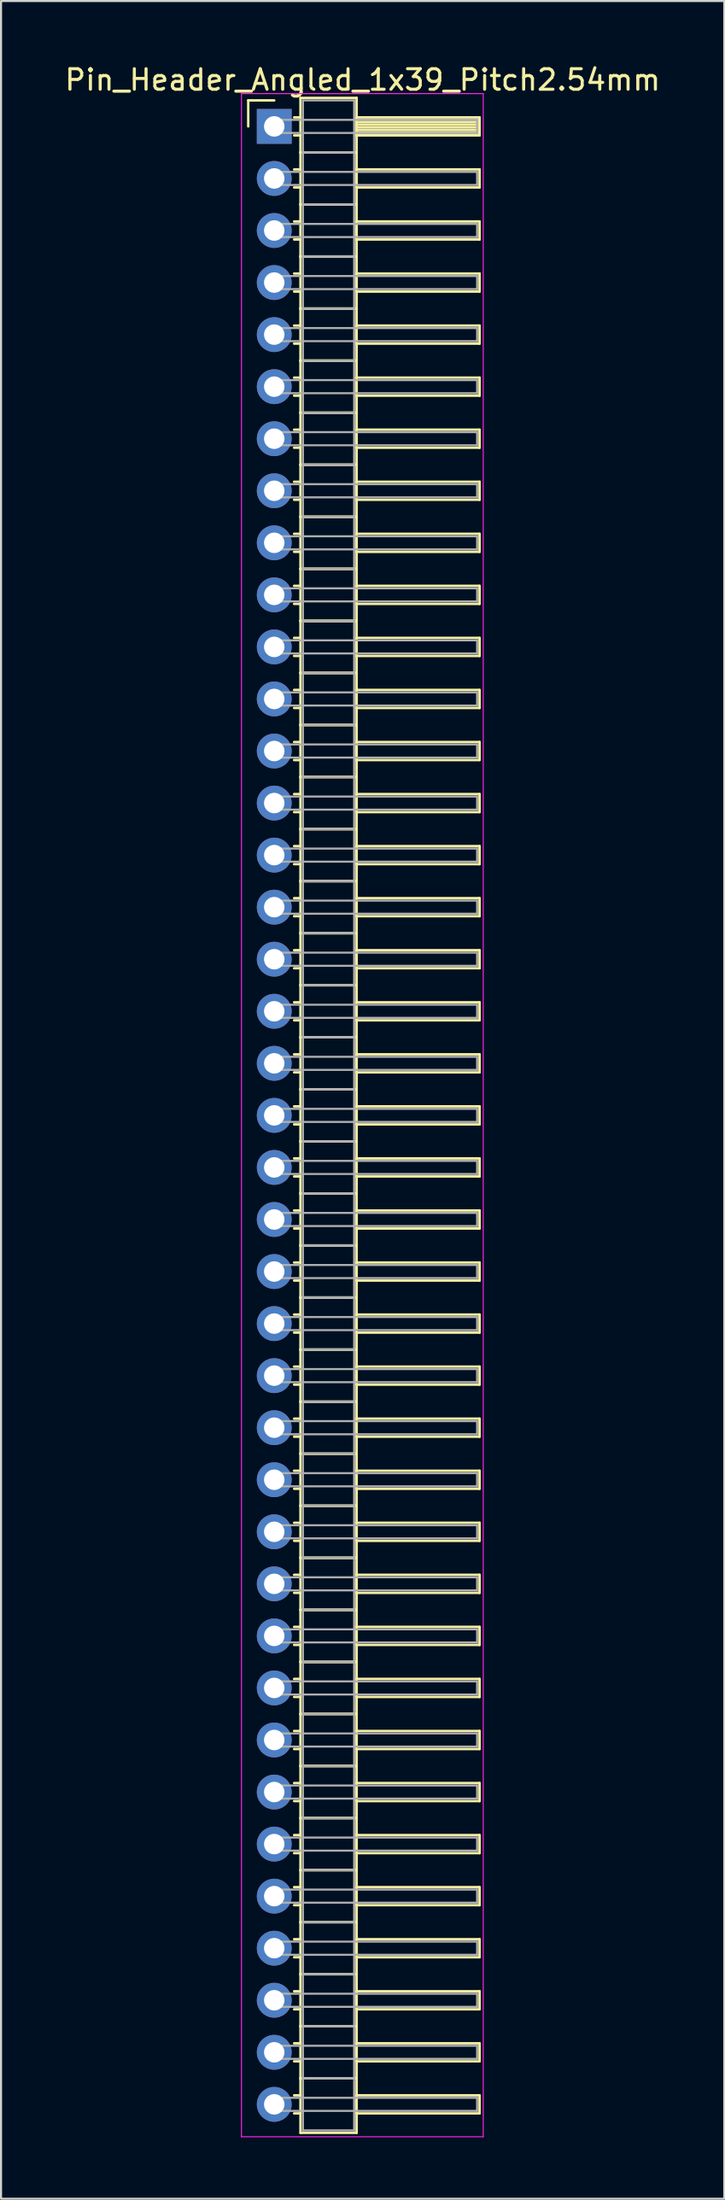
<source format=kicad_pcb>
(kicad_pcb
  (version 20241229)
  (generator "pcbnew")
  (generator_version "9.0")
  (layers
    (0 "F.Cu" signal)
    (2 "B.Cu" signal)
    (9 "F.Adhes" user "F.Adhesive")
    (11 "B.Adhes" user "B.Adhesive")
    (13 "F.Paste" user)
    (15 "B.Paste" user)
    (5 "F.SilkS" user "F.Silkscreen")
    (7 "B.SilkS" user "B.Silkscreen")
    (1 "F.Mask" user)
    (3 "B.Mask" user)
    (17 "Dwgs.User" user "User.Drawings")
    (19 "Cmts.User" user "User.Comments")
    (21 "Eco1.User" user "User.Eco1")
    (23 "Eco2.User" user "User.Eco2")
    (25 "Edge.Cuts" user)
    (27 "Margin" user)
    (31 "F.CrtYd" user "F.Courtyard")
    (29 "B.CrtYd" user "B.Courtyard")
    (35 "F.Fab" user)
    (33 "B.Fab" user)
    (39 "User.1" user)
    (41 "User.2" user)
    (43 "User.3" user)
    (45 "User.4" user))
  (footprint "Pin_Header_Angled_1x39_Pitch2.54mm"
    (layer "F.Cu")
    (at 10.334 3.118)
    (property "Reference" "Pin_Header_Angled_1x39_Pitch2.54mm" (at 4.315 -2.27 0) (layer "F.SilkS") (effects (font (size 1 1) (thickness 0.15))))
    (attr through_hole)
    (fp_line (start -1.27 -1.27) (end 0 -1.27) (stroke (width 0.12) (type solid)) (layer "F.SilkS"))
    (fp_line (start -1.27 0) (end -1.27 -1.27) (stroke (width 0.12) (type solid)) (layer "F.SilkS"))
    (fp_line (start 0.97 -0.44) (end 1.28 -0.44) (stroke (width 0.12) (type solid)) (layer "F.SilkS"))
    (fp_line (start 0.97 0.44) (end 1.28 0.44) (stroke (width 0.12) (type solid)) (layer "F.SilkS"))
    (fp_line (start 0.97 2.1) (end 1.28 2.1) (stroke (width 0.12) (type solid)) (layer "F.SilkS"))
    (fp_line (start 0.97 2.98) (end 1.28 2.98) (stroke (width 0.12) (type solid)) (layer "F.SilkS"))
    (fp_line (start 0.97 4.64) (end 1.28 4.64) (stroke (width 0.12) (type solid)) (layer "F.SilkS"))
    (fp_line (start 0.97 5.52) (end 1.28 5.52) (stroke (width 0.12) (type solid)) (layer "F.SilkS"))
    (fp_line (start 0.97 7.18) (end 1.28 7.18) (stroke (width 0.12) (type solid)) (layer "F.SilkS"))
    (fp_line (start 0.97 8.06) (end 1.28 8.06) (stroke (width 0.12) (type solid)) (layer "F.SilkS"))
    (fp_line (start 0.97 9.72) (end 1.28 9.72) (stroke (width 0.12) (type solid)) (layer "F.SilkS"))
    (fp_line (start 0.97 10.6) (end 1.28 10.6) (stroke (width 0.12) (type solid)) (layer "F.SilkS"))
    (fp_line (start 0.97 12.26) (end 1.28 12.26) (stroke (width 0.12) (type solid)) (layer "F.SilkS"))
    (fp_line (start 0.97 13.14) (end 1.28 13.14) (stroke (width 0.12) (type solid)) (layer "F.SilkS"))
    (fp_line (start 0.97 14.8) (end 1.28 14.8) (stroke (width 0.12) (type solid)) (layer "F.SilkS"))
    (fp_line (start 0.97 15.68) (end 1.28 15.68) (stroke (width 0.12) (type solid)) (layer "F.SilkS"))
    (fp_line (start 0.97 17.34) (end 1.28 17.34) (stroke (width 0.12) (type solid)) (layer "F.SilkS"))
    (fp_line (start 0.97 18.22) (end 1.28 18.22) (stroke (width 0.12) (type solid)) (layer "F.SilkS"))
    (fp_line (start 0.97 19.88) (end 1.28 19.88) (stroke (width 0.12) (type solid)) (layer "F.SilkS"))
    (fp_line (start 0.97 20.76) (end 1.28 20.76) (stroke (width 0.12) (type solid)) (layer "F.SilkS"))
    (fp_line (start 0.97 22.42) (end 1.28 22.42) (stroke (width 0.12) (type solid)) (layer "F.SilkS"))
    (fp_line (start 0.97 23.3) (end 1.28 23.3) (stroke (width 0.12) (type solid)) (layer "F.SilkS"))
    (fp_line (start 0.97 24.96) (end 1.28 24.96) (stroke (width 0.12) (type solid)) (layer "F.SilkS"))
    (fp_line (start 0.97 25.84) (end 1.28 25.84) (stroke (width 0.12) (type solid)) (layer "F.SilkS"))
    (fp_line (start 0.97 27.5) (end 1.28 27.5) (stroke (width 0.12) (type solid)) (layer "F.SilkS"))
    (fp_line (start 0.97 28.38) (end 1.28 28.38) (stroke (width 0.12) (type solid)) (layer "F.SilkS"))
    (fp_line (start 0.97 30.04) (end 1.28 30.04) (stroke (width 0.12) (type solid)) (layer "F.SilkS"))
    (fp_line (start 0.97 30.92) (end 1.28 30.92) (stroke (width 0.12) (type solid)) (layer "F.SilkS"))
    (fp_line (start 0.97 32.58) (end 1.28 32.58) (stroke (width 0.12) (type solid)) (layer "F.SilkS"))
    (fp_line (start 0.97 33.46) (end 1.28 33.46) (stroke (width 0.12) (type solid)) (layer "F.SilkS"))
    (fp_line (start 0.97 35.12) (end 1.28 35.12) (stroke (width 0.12) (type solid)) (layer "F.SilkS"))
    (fp_line (start 0.97 36) (end 1.28 36) (stroke (width 0.12) (type solid)) (layer "F.SilkS"))
    (fp_line (start 0.97 37.66) (end 1.28 37.66) (stroke (width 0.12) (type solid)) (layer "F.SilkS"))
    (fp_line (start 0.97 38.54) (end 1.28 38.54) (stroke (width 0.12) (type solid)) (layer "F.SilkS"))
    (fp_line (start 0.97 40.2) (end 1.28 40.2) (stroke (width 0.12) (type solid)) (layer "F.SilkS"))
    (fp_line (start 0.97 41.08) (end 1.28 41.08) (stroke (width 0.12) (type solid)) (layer "F.SilkS"))
    (fp_line (start 0.97 42.74) (end 1.28 42.74) (stroke (width 0.12) (type solid)) (layer "F.SilkS"))
    (fp_line (start 0.97 43.62) (end 1.28 43.62) (stroke (width 0.12) (type solid)) (layer "F.SilkS"))
    (fp_line (start 0.97 45.28) (end 1.28 45.28) (stroke (width 0.12) (type solid)) (layer "F.SilkS"))
    (fp_line (start 0.97 46.16) (end 1.28 46.16) (stroke (width 0.12) (type solid)) (layer "F.SilkS"))
    (fp_line (start 0.97 47.82) (end 1.28 47.82) (stroke (width 0.12) (type solid)) (layer "F.SilkS"))
    (fp_line (start 0.97 48.7) (end 1.28 48.7) (stroke (width 0.12) (type solid)) (layer "F.SilkS"))
    (fp_line (start 0.97 50.36) (end 1.28 50.36) (stroke (width 0.12) (type solid)) (layer "F.SilkS"))
    (fp_line (start 0.97 51.24) (end 1.28 51.24) (stroke (width 0.12) (type solid)) (layer "F.SilkS"))
    (fp_line (start 0.97 52.9) (end 1.28 52.9) (stroke (width 0.12) (type solid)) (layer "F.SilkS"))
    (fp_line (start 0.97 53.78) (end 1.28 53.78) (stroke (width 0.12) (type solid)) (layer "F.SilkS"))
    (fp_line (start 0.97 55.44) (end 1.28 55.44) (stroke (width 0.12) (type solid)) (layer "F.SilkS"))
    (fp_line (start 0.97 56.32) (end 1.28 56.32) (stroke (width 0.12) (type solid)) (layer "F.SilkS"))
    (fp_line (start 0.97 57.98) (end 1.28 57.98) (stroke (width 0.12) (type solid)) (layer "F.SilkS"))
    (fp_line (start 0.97 58.86) (end 1.28 58.86) (stroke (width 0.12) (type solid)) (layer "F.SilkS"))
    (fp_line (start 0.97 60.52) (end 1.28 60.52) (stroke (width 0.12) (type solid)) (layer "F.SilkS"))
    (fp_line (start 0.97 61.4) (end 1.28 61.4) (stroke (width 0.12) (type solid)) (layer "F.SilkS"))
    (fp_line (start 0.97 63.06) (end 1.28 63.06) (stroke (width 0.12) (type solid)) (layer "F.SilkS"))
    (fp_line (start 0.97 63.94) (end 1.28 63.94) (stroke (width 0.12) (type solid)) (layer "F.SilkS"))
    (fp_line (start 0.97 65.6) (end 1.28 65.6) (stroke (width 0.12) (type solid)) (layer "F.SilkS"))
    (fp_line (start 0.97 66.48) (end 1.28 66.48) (stroke (width 0.12) (type solid)) (layer "F.SilkS"))
    (fp_line (start 0.97 68.14) (end 1.28 68.14) (stroke (width 0.12) (type solid)) (layer "F.SilkS"))
    (fp_line (start 0.97 69.02) (end 1.28 69.02) (stroke (width 0.12) (type solid)) (layer "F.SilkS"))
    (fp_line (start 0.97 70.68) (end 1.28 70.68) (stroke (width 0.12) (type solid)) (layer "F.SilkS"))
    (fp_line (start 0.97 71.56) (end 1.28 71.56) (stroke (width 0.12) (type solid)) (layer "F.SilkS"))
    (fp_line (start 0.97 73.22) (end 1.28 73.22) (stroke (width 0.12) (type solid)) (layer "F.SilkS"))
    (fp_line (start 0.97 74.1) (end 1.28 74.1) (stroke (width 0.12) (type solid)) (layer "F.SilkS"))
    (fp_line (start 0.97 75.76) (end 1.28 75.76) (stroke (width 0.12) (type solid)) (layer "F.SilkS"))
    (fp_line (start 0.97 76.64) (end 1.28 76.64) (stroke (width 0.12) (type solid)) (layer "F.SilkS"))
    (fp_line (start 0.97 78.3) (end 1.28 78.3) (stroke (width 0.12) (type solid)) (layer "F.SilkS"))
    (fp_line (start 0.97 79.18) (end 1.28 79.18) (stroke (width 0.12) (type solid)) (layer "F.SilkS"))
    (fp_line (start 0.97 80.84) (end 1.28 80.84) (stroke (width 0.12) (type solid)) (layer "F.SilkS"))
    (fp_line (start 0.97 81.72) (end 1.28 81.72) (stroke (width 0.12) (type solid)) (layer "F.SilkS"))
    (fp_line (start 0.97 83.38) (end 1.28 83.38) (stroke (width 0.12) (type solid)) (layer "F.SilkS"))
    (fp_line (start 0.97 84.26) (end 1.28 84.26) (stroke (width 0.12) (type solid)) (layer "F.SilkS"))
    (fp_line (start 0.97 85.92) (end 1.28 85.92) (stroke (width 0.12) (type solid)) (layer "F.SilkS"))
    (fp_line (start 0.97 86.8) (end 1.28 86.8) (stroke (width 0.12) (type solid)) (layer "F.SilkS"))
    (fp_line (start 0.97 88.46) (end 1.28 88.46) (stroke (width 0.12) (type solid)) (layer "F.SilkS"))
    (fp_line (start 0.97 89.34) (end 1.28 89.34) (stroke (width 0.12) (type solid)) (layer "F.SilkS"))
    (fp_line (start 0.97 91) (end 1.28 91) (stroke (width 0.12) (type solid)) (layer "F.SilkS"))
    (fp_line (start 0.97 91.88) (end 1.28 91.88) (stroke (width 0.12) (type solid)) (layer "F.SilkS"))
    (fp_line (start 0.97 93.54) (end 1.28 93.54) (stroke (width 0.12) (type solid)) (layer "F.SilkS"))
    (fp_line (start 0.97 94.42) (end 1.28 94.42) (stroke (width 0.12) (type solid)) (layer "F.SilkS"))
    (fp_line (start 0.97 96.08) (end 1.28 96.08) (stroke (width 0.12) (type solid)) (layer "F.SilkS"))
    (fp_line (start 0.97 96.96) (end 1.28 96.96) (stroke (width 0.12) (type solid)) (layer "F.SilkS"))
    (fp_line (start 1.28 -1.39) (end 1.28 1.27) (stroke (width 0.12) (type solid)) (layer "F.SilkS"))
    (fp_line (start 1.28 1.27) (end 1.28 3.81) (stroke (width 0.12) (type solid)) (layer "F.SilkS"))
    (fp_line (start 1.28 1.27) (end 4.02 1.27) (stroke (width 0.12) (type solid)) (layer "F.SilkS"))
    (fp_line (start 1.28 3.81) (end 1.28 6.35) (stroke (width 0.12) (type solid)) (layer "F.SilkS"))
    (fp_line (start 1.28 3.81) (end 4.02 3.81) (stroke (width 0.12) (type solid)) (layer "F.SilkS"))
    (fp_line (start 1.28 6.35) (end 1.28 8.89) (stroke (width 0.12) (type solid)) (layer "F.SilkS"))
    (fp_line (start 1.28 6.35) (end 4.02 6.35) (stroke (width 0.12) (type solid)) (layer "F.SilkS"))
    (fp_line (start 1.28 8.89) (end 1.28 11.43) (stroke (width 0.12) (type solid)) (layer "F.SilkS"))
    (fp_line (start 1.28 8.89) (end 4.02 8.89) (stroke (width 0.12) (type solid)) (layer "F.SilkS"))
    (fp_line (start 1.28 11.43) (end 1.28 13.97) (stroke (width 0.12) (type solid)) (layer "F.SilkS"))
    (fp_line (start 1.28 11.43) (end 4.02 11.43) (stroke (width 0.12) (type solid)) (layer "F.SilkS"))
    (fp_line (start 1.28 13.97) (end 1.28 16.51) (stroke (width 0.12) (type solid)) (layer "F.SilkS"))
    (fp_line (start 1.28 13.97) (end 4.02 13.97) (stroke (width 0.12) (type solid)) (layer "F.SilkS"))
    (fp_line (start 1.28 16.51) (end 1.28 19.05) (stroke (width 0.12) (type solid)) (layer "F.SilkS"))
    (fp_line (start 1.28 16.51) (end 4.02 16.51) (stroke (width 0.12) (type solid)) (layer "F.SilkS"))
    (fp_line (start 1.28 19.05) (end 1.28 21.59) (stroke (width 0.12) (type solid)) (layer "F.SilkS"))
    (fp_line (start 1.28 19.05) (end 4.02 19.05) (stroke (width 0.12) (type solid)) (layer "F.SilkS"))
    (fp_line (start 1.28 21.59) (end 1.28 24.13) (stroke (width 0.12) (type solid)) (layer "F.SilkS"))
    (fp_line (start 1.28 21.59) (end 4.02 21.59) (stroke (width 0.12) (type solid)) (layer "F.SilkS"))
    (fp_line (start 1.28 24.13) (end 1.28 26.67) (stroke (width 0.12) (type solid)) (layer "F.SilkS"))
    (fp_line (start 1.28 24.13) (end 4.02 24.13) (stroke (width 0.12) (type solid)) (layer "F.SilkS"))
    (fp_line (start 1.28 26.67) (end 1.28 29.21) (stroke (width 0.12) (type solid)) (layer "F.SilkS"))
    (fp_line (start 1.28 26.67) (end 4.02 26.67) (stroke (width 0.12) (type solid)) (layer "F.SilkS"))
    (fp_line (start 1.28 29.21) (end 1.28 31.75) (stroke (width 0.12) (type solid)) (layer "F.SilkS"))
    (fp_line (start 1.28 29.21) (end 4.02 29.21) (stroke (width 0.12) (type solid)) (layer "F.SilkS"))
    (fp_line (start 1.28 31.75) (end 1.28 34.29) (stroke (width 0.12) (type solid)) (layer "F.SilkS"))
    (fp_line (start 1.28 31.75) (end 4.02 31.75) (stroke (width 0.12) (type solid)) (layer "F.SilkS"))
    (fp_line (start 1.28 34.29) (end 1.28 36.83) (stroke (width 0.12) (type solid)) (layer "F.SilkS"))
    (fp_line (start 1.28 34.29) (end 4.02 34.29) (stroke (width 0.12) (type solid)) (layer "F.SilkS"))
    (fp_line (start 1.28 36.83) (end 1.28 39.37) (stroke (width 0.12) (type solid)) (layer "F.SilkS"))
    (fp_line (start 1.28 36.83) (end 4.02 36.83) (stroke (width 0.12) (type solid)) (layer "F.SilkS"))
    (fp_line (start 1.28 39.37) (end 1.28 41.91) (stroke (width 0.12) (type solid)) (layer "F.SilkS"))
    (fp_line (start 1.28 39.37) (end 4.02 39.37) (stroke (width 0.12) (type solid)) (layer "F.SilkS"))
    (fp_line (start 1.28 41.91) (end 1.28 44.45) (stroke (width 0.12) (type solid)) (layer "F.SilkS"))
    (fp_line (start 1.28 41.91) (end 4.02 41.91) (stroke (width 0.12) (type solid)) (layer "F.SilkS"))
    (fp_line (start 1.28 44.45) (end 1.28 46.99) (stroke (width 0.12) (type solid)) (layer "F.SilkS"))
    (fp_line (start 1.28 44.45) (end 4.02 44.45) (stroke (width 0.12) (type solid)) (layer "F.SilkS"))
    (fp_line (start 1.28 46.99) (end 1.28 49.53) (stroke (width 0.12) (type solid)) (layer "F.SilkS"))
    (fp_line (start 1.28 46.99) (end 4.02 46.99) (stroke (width 0.12) (type solid)) (layer "F.SilkS"))
    (fp_line (start 1.28 49.53) (end 1.28 52.07) (stroke (width 0.12) (type solid)) (layer "F.SilkS"))
    (fp_line (start 1.28 49.53) (end 4.02 49.53) (stroke (width 0.12) (type solid)) (layer "F.SilkS"))
    (fp_line (start 1.28 52.07) (end 1.28 54.61) (stroke (width 0.12) (type solid)) (layer "F.SilkS"))
    (fp_line (start 1.28 52.07) (end 4.02 52.07) (stroke (width 0.12) (type solid)) (layer "F.SilkS"))
    (fp_line (start 1.28 54.61) (end 1.28 57.15) (stroke (width 0.12) (type solid)) (layer "F.SilkS"))
    (fp_line (start 1.28 54.61) (end 4.02 54.61) (stroke (width 0.12) (type solid)) (layer "F.SilkS"))
    (fp_line (start 1.28 57.15) (end 1.28 59.69) (stroke (width 0.12) (type solid)) (layer "F.SilkS"))
    (fp_line (start 1.28 57.15) (end 4.02 57.15) (stroke (width 0.12) (type solid)) (layer "F.SilkS"))
    (fp_line (start 1.28 59.69) (end 1.28 62.23) (stroke (width 0.12) (type solid)) (layer "F.SilkS"))
    (fp_line (start 1.28 59.69) (end 4.02 59.69) (stroke (width 0.12) (type solid)) (layer "F.SilkS"))
    (fp_line (start 1.28 62.23) (end 1.28 64.77) (stroke (width 0.12) (type solid)) (layer "F.SilkS"))
    (fp_line (start 1.28 62.23) (end 4.02 62.23) (stroke (width 0.12) (type solid)) (layer "F.SilkS"))
    (fp_line (start 1.28 64.77) (end 1.28 67.31) (stroke (width 0.12) (type solid)) (layer "F.SilkS"))
    (fp_line (start 1.28 64.77) (end 4.02 64.77) (stroke (width 0.12) (type solid)) (layer "F.SilkS"))
    (fp_line (start 1.28 67.31) (end 1.28 69.85) (stroke (width 0.12) (type solid)) (layer "F.SilkS"))
    (fp_line (start 1.28 67.31) (end 4.02 67.31) (stroke (width 0.12) (type solid)) (layer "F.SilkS"))
    (fp_line (start 1.28 69.85) (end 1.28 72.39) (stroke (width 0.12) (type solid)) (layer "F.SilkS"))
    (fp_line (start 1.28 69.85) (end 4.02 69.85) (stroke (width 0.12) (type solid)) (layer "F.SilkS"))
    (fp_line (start 1.28 72.39) (end 1.28 74.93) (stroke (width 0.12) (type solid)) (layer "F.SilkS"))
    (fp_line (start 1.28 72.39) (end 4.02 72.39) (stroke (width 0.12) (type solid)) (layer "F.SilkS"))
    (fp_line (start 1.28 74.93) (end 1.28 77.47) (stroke (width 0.12) (type solid)) (layer "F.SilkS"))
    (fp_line (start 1.28 74.93) (end 4.02 74.93) (stroke (width 0.12) (type solid)) (layer "F.SilkS"))
    (fp_line (start 1.28 77.47) (end 1.28 80.01) (stroke (width 0.12) (type solid)) (layer "F.SilkS"))
    (fp_line (start 1.28 77.47) (end 4.02 77.47) (stroke (width 0.12) (type solid)) (layer "F.SilkS"))
    (fp_line (start 1.28 80.01) (end 1.28 82.55) (stroke (width 0.12) (type solid)) (layer "F.SilkS"))
    (fp_line (start 1.28 80.01) (end 4.02 80.01) (stroke (width 0.12) (type solid)) (layer "F.SilkS"))
    (fp_line (start 1.28 82.55) (end 1.28 85.09) (stroke (width 0.12) (type solid)) (layer "F.SilkS"))
    (fp_line (start 1.28 82.55) (end 4.02 82.55) (stroke (width 0.12) (type solid)) (layer "F.SilkS"))
    (fp_line (start 1.28 85.09) (end 1.28 87.63) (stroke (width 0.12) (type solid)) (layer "F.SilkS"))
    (fp_line (start 1.28 85.09) (end 4.02 85.09) (stroke (width 0.12) (type solid)) (layer "F.SilkS"))
    (fp_line (start 1.28 87.63) (end 1.28 90.17) (stroke (width 0.12) (type solid)) (layer "F.SilkS"))
    (fp_line (start 1.28 87.63) (end 4.02 87.63) (stroke (width 0.12) (type solid)) (layer "F.SilkS"))
    (fp_line (start 1.28 90.17) (end 1.28 92.71) (stroke (width 0.12) (type solid)) (layer "F.SilkS"))
    (fp_line (start 1.28 90.17) (end 4.02 90.17) (stroke (width 0.12) (type solid)) (layer "F.SilkS"))
    (fp_line (start 1.28 92.71) (end 1.28 95.25) (stroke (width 0.12) (type solid)) (layer "F.SilkS"))
    (fp_line (start 1.28 92.71) (end 4.02 92.71) (stroke (width 0.12) (type solid)) (layer "F.SilkS"))
    (fp_line (start 1.28 95.25) (end 1.28 97.91) (stroke (width 0.12) (type solid)) (layer "F.SilkS"))
    (fp_line (start 1.28 95.25) (end 4.02 95.25) (stroke (width 0.12) (type solid)) (layer "F.SilkS"))
    (fp_line (start 1.28 97.91) (end 4.02 97.91) (stroke (width 0.12) (type solid)) (layer "F.SilkS"))
    (fp_line (start 4.02 -1.39) (end 1.28 -1.39) (stroke (width 0.12) (type solid)) (layer "F.SilkS"))
    (fp_line (start 4.02 -0.44) (end 4.02 0.44) (stroke (width 0.12) (type solid)) (layer "F.SilkS"))
    (fp_line (start 4.02 -0.32) (end 10.02 -0.32) (stroke (width 0.12) (type solid)) (layer "F.SilkS"))
    (fp_line (start 4.02 -0.2) (end 10.02 -0.2) (stroke (width 0.12) (type solid)) (layer "F.SilkS"))
    (fp_line (start 4.02 -0.08) (end 10.02 -0.08) (stroke (width 0.12) (type solid)) (layer "F.SilkS"))
    (fp_line (start 4.02 0.04) (end 10.02 0.04) (stroke (width 0.12) (type solid)) (layer "F.SilkS"))
    (fp_line (start 4.02 0.16) (end 10.02 0.16) (stroke (width 0.12) (type solid)) (layer "F.SilkS"))
    (fp_line (start 4.02 0.28) (end 10.02 0.28) (stroke (width 0.12) (type solid)) (layer "F.SilkS"))
    (fp_line (start 4.02 0.4) (end 10.02 0.4) (stroke (width 0.12) (type solid)) (layer "F.SilkS"))
    (fp_line (start 4.02 0.44) (end 10.02 0.44) (stroke (width 0.12) (type solid)) (layer "F.SilkS"))
    (fp_line (start 4.02 1.27) (end 1.28 1.27) (stroke (width 0.12) (type solid)) (layer "F.SilkS"))
    (fp_line (start 4.02 1.27) (end 4.02 -1.39) (stroke (width 0.12) (type solid)) (layer "F.SilkS"))
    (fp_line (start 4.02 2.1) (end 4.02 2.98) (stroke (width 0.12) (type solid)) (layer "F.SilkS"))
    (fp_line (start 4.02 2.98) (end 10.02 2.98) (stroke (width 0.12) (type solid)) (layer "F.SilkS"))
    (fp_line (start 4.02 3.81) (end 1.28 3.81) (stroke (width 0.12) (type solid)) (layer "F.SilkS"))
    (fp_line (start 4.02 3.81) (end 4.02 1.27) (stroke (width 0.12) (type solid)) (layer "F.SilkS"))
    (fp_line (start 4.02 4.64) (end 4.02 5.52) (stroke (width 0.12) (type solid)) (layer "F.SilkS"))
    (fp_line (start 4.02 5.52) (end 10.02 5.52) (stroke (width 0.12) (type solid)) (layer "F.SilkS"))
    (fp_line (start 4.02 6.35) (end 1.28 6.35) (stroke (width 0.12) (type solid)) (layer "F.SilkS"))
    (fp_line (start 4.02 6.35) (end 4.02 3.81) (stroke (width 0.12) (type solid)) (layer "F.SilkS"))
    (fp_line (start 4.02 7.18) (end 4.02 8.06) (stroke (width 0.12) (type solid)) (layer "F.SilkS"))
    (fp_line (start 4.02 8.06) (end 10.02 8.06) (stroke (width 0.12) (type solid)) (layer "F.SilkS"))
    (fp_line (start 4.02 8.89) (end 1.28 8.89) (stroke (width 0.12) (type solid)) (layer "F.SilkS"))
    (fp_line (start 4.02 8.89) (end 4.02 6.35) (stroke (width 0.12) (type solid)) (layer "F.SilkS"))
    (fp_line (start 4.02 9.72) (end 4.02 10.6) (stroke (width 0.12) (type solid)) (layer "F.SilkS"))
    (fp_line (start 4.02 10.6) (end 10.02 10.6) (stroke (width 0.12) (type solid)) (layer "F.SilkS"))
    (fp_line (start 4.02 11.43) (end 1.28 11.43) (stroke (width 0.12) (type solid)) (layer "F.SilkS"))
    (fp_line (start 4.02 11.43) (end 4.02 8.89) (stroke (width 0.12) (type solid)) (layer "F.SilkS"))
    (fp_line (start 4.02 12.26) (end 4.02 13.14) (stroke (width 0.12) (type solid)) (layer "F.SilkS"))
    (fp_line (start 4.02 13.14) (end 10.02 13.14) (stroke (width 0.12) (type solid)) (layer "F.SilkS"))
    (fp_line (start 4.02 13.97) (end 1.28 13.97) (stroke (width 0.12) (type solid)) (layer "F.SilkS"))
    (fp_line (start 4.02 13.97) (end 4.02 11.43) (stroke (width 0.12) (type solid)) (layer "F.SilkS"))
    (fp_line (start 4.02 14.8) (end 4.02 15.68) (stroke (width 0.12) (type solid)) (layer "F.SilkS"))
    (fp_line (start 4.02 15.68) (end 10.02 15.68) (stroke (width 0.12) (type solid)) (layer "F.SilkS"))
    (fp_line (start 4.02 16.51) (end 1.28 16.51) (stroke (width 0.12) (type solid)) (layer "F.SilkS"))
    (fp_line (start 4.02 16.51) (end 4.02 13.97) (stroke (width 0.12) (type solid)) (layer "F.SilkS"))
    (fp_line (start 4.02 17.34) (end 4.02 18.22) (stroke (width 0.12) (type solid)) (layer "F.SilkS"))
    (fp_line (start 4.02 18.22) (end 10.02 18.22) (stroke (width 0.12) (type solid)) (layer "F.SilkS"))
    (fp_line (start 4.02 19.05) (end 1.28 19.05) (stroke (width 0.12) (type solid)) (layer "F.SilkS"))
    (fp_line (start 4.02 19.05) (end 4.02 16.51) (stroke (width 0.12) (type solid)) (layer "F.SilkS"))
    (fp_line (start 4.02 19.88) (end 4.02 20.76) (stroke (width 0.12) (type solid)) (layer "F.SilkS"))
    (fp_line (start 4.02 20.76) (end 10.02 20.76) (stroke (width 0.12) (type solid)) (layer "F.SilkS"))
    (fp_line (start 4.02 21.59) (end 1.28 21.59) (stroke (width 0.12) (type solid)) (layer "F.SilkS"))
    (fp_line (start 4.02 21.59) (end 4.02 19.05) (stroke (width 0.12) (type solid)) (layer "F.SilkS"))
    (fp_line (start 4.02 22.42) (end 4.02 23.3) (stroke (width 0.12) (type solid)) (layer "F.SilkS"))
    (fp_line (start 4.02 23.3) (end 10.02 23.3) (stroke (width 0.12) (type solid)) (layer "F.SilkS"))
    (fp_line (start 4.02 24.13) (end 1.28 24.13) (stroke (width 0.12) (type solid)) (layer "F.SilkS"))
    (fp_line (start 4.02 24.13) (end 4.02 21.59) (stroke (width 0.12) (type solid)) (layer "F.SilkS"))
    (fp_line (start 4.02 24.96) (end 4.02 25.84) (stroke (width 0.12) (type solid)) (layer "F.SilkS"))
    (fp_line (start 4.02 25.84) (end 10.02 25.84) (stroke (width 0.12) (type solid)) (layer "F.SilkS"))
    (fp_line (start 4.02 26.67) (end 1.28 26.67) (stroke (width 0.12) (type solid)) (layer "F.SilkS"))
    (fp_line (start 4.02 26.67) (end 4.02 24.13) (stroke (width 0.12) (type solid)) (layer "F.SilkS"))
    (fp_line (start 4.02 27.5) (end 4.02 28.38) (stroke (width 0.12) (type solid)) (layer "F.SilkS"))
    (fp_line (start 4.02 28.38) (end 10.02 28.38) (stroke (width 0.12) (type solid)) (layer "F.SilkS"))
    (fp_line (start 4.02 29.21) (end 1.28 29.21) (stroke (width 0.12) (type solid)) (layer "F.SilkS"))
    (fp_line (start 4.02 29.21) (end 4.02 26.67) (stroke (width 0.12) (type solid)) (layer "F.SilkS"))
    (fp_line (start 4.02 30.04) (end 4.02 30.92) (stroke (width 0.12) (type solid)) (layer "F.SilkS"))
    (fp_line (start 4.02 30.92) (end 10.02 30.92) (stroke (width 0.12) (type solid)) (layer "F.SilkS"))
    (fp_line (start 4.02 31.75) (end 1.28 31.75) (stroke (width 0.12) (type solid)) (layer "F.SilkS"))
    (fp_line (start 4.02 31.75) (end 4.02 29.21) (stroke (width 0.12) (type solid)) (layer "F.SilkS"))
    (fp_line (start 4.02 32.58) (end 4.02 33.46) (stroke (width 0.12) (type solid)) (layer "F.SilkS"))
    (fp_line (start 4.02 33.46) (end 10.02 33.46) (stroke (width 0.12) (type solid)) (layer "F.SilkS"))
    (fp_line (start 4.02 34.29) (end 1.28 34.29) (stroke (width 0.12) (type solid)) (layer "F.SilkS"))
    (fp_line (start 4.02 34.29) (end 4.02 31.75) (stroke (width 0.12) (type solid)) (layer "F.SilkS"))
    (fp_line (start 4.02 35.12) (end 4.02 36) (stroke (width 0.12) (type solid)) (layer "F.SilkS"))
    (fp_line (start 4.02 36) (end 10.02 36) (stroke (width 0.12) (type solid)) (layer "F.SilkS"))
    (fp_line (start 4.02 36.83) (end 1.28 36.83) (stroke (width 0.12) (type solid)) (layer "F.SilkS"))
    (fp_line (start 4.02 36.83) (end 4.02 34.29) (stroke (width 0.12) (type solid)) (layer "F.SilkS"))
    (fp_line (start 4.02 37.66) (end 4.02 38.54) (stroke (width 0.12) (type solid)) (layer "F.SilkS"))
    (fp_line (start 4.02 38.54) (end 10.02 38.54) (stroke (width 0.12) (type solid)) (layer "F.SilkS"))
    (fp_line (start 4.02 39.37) (end 1.28 39.37) (stroke (width 0.12) (type solid)) (layer "F.SilkS"))
    (fp_line (start 4.02 39.37) (end 4.02 36.83) (stroke (width 0.12) (type solid)) (layer "F.SilkS"))
    (fp_line (start 4.02 40.2) (end 4.02 41.08) (stroke (width 0.12) (type solid)) (layer "F.SilkS"))
    (fp_line (start 4.02 41.08) (end 10.02 41.08) (stroke (width 0.12) (type solid)) (layer "F.SilkS"))
    (fp_line (start 4.02 41.91) (end 1.28 41.91) (stroke (width 0.12) (type solid)) (layer "F.SilkS"))
    (fp_line (start 4.02 41.91) (end 4.02 39.37) (stroke (width 0.12) (type solid)) (layer "F.SilkS"))
    (fp_line (start 4.02 42.74) (end 4.02 43.62) (stroke (width 0.12) (type solid)) (layer "F.SilkS"))
    (fp_line (start 4.02 43.62) (end 10.02 43.62) (stroke (width 0.12) (type solid)) (layer "F.SilkS"))
    (fp_line (start 4.02 44.45) (end 1.28 44.45) (stroke (width 0.12) (type solid)) (layer "F.SilkS"))
    (fp_line (start 4.02 44.45) (end 4.02 41.91) (stroke (width 0.12) (type solid)) (layer "F.SilkS"))
    (fp_line (start 4.02 45.28) (end 4.02 46.16) (stroke (width 0.12) (type solid)) (layer "F.SilkS"))
    (fp_line (start 4.02 46.16) (end 10.02 46.16) (stroke (width 0.12) (type solid)) (layer "F.SilkS"))
    (fp_line (start 4.02 46.99) (end 1.28 46.99) (stroke (width 0.12) (type solid)) (layer "F.SilkS"))
    (fp_line (start 4.02 46.99) (end 4.02 44.45) (stroke (width 0.12) (type solid)) (layer "F.SilkS"))
    (fp_line (start 4.02 47.82) (end 4.02 48.7) (stroke (width 0.12) (type solid)) (layer "F.SilkS"))
    (fp_line (start 4.02 48.7) (end 10.02 48.7) (stroke (width 0.12) (type solid)) (layer "F.SilkS"))
    (fp_line (start 4.02 49.53) (end 1.28 49.53) (stroke (width 0.12) (type solid)) (layer "F.SilkS"))
    (fp_line (start 4.02 49.53) (end 4.02 46.99) (stroke (width 0.12) (type solid)) (layer "F.SilkS"))
    (fp_line (start 4.02 50.36) (end 4.02 51.24) (stroke (width 0.12) (type solid)) (layer "F.SilkS"))
    (fp_line (start 4.02 51.24) (end 10.02 51.24) (stroke (width 0.12) (type solid)) (layer "F.SilkS"))
    (fp_line (start 4.02 52.07) (end 1.28 52.07) (stroke (width 0.12) (type solid)) (layer "F.SilkS"))
    (fp_line (start 4.02 52.07) (end 4.02 49.53) (stroke (width 0.12) (type solid)) (layer "F.SilkS"))
    (fp_line (start 4.02 52.9) (end 4.02 53.78) (stroke (width 0.12) (type solid)) (layer "F.SilkS"))
    (fp_line (start 4.02 53.78) (end 10.02 53.78) (stroke (width 0.12) (type solid)) (layer "F.SilkS"))
    (fp_line (start 4.02 54.61) (end 1.28 54.61) (stroke (width 0.12) (type solid)) (layer "F.SilkS"))
    (fp_line (start 4.02 54.61) (end 4.02 52.07) (stroke (width 0.12) (type solid)) (layer "F.SilkS"))
    (fp_line (start 4.02 55.44) (end 4.02 56.32) (stroke (width 0.12) (type solid)) (layer "F.SilkS"))
    (fp_line (start 4.02 56.32) (end 10.02 56.32) (stroke (width 0.12) (type solid)) (layer "F.SilkS"))
    (fp_line (start 4.02 57.15) (end 1.28 57.15) (stroke (width 0.12) (type solid)) (layer "F.SilkS"))
    (fp_line (start 4.02 57.15) (end 4.02 54.61) (stroke (width 0.12) (type solid)) (layer "F.SilkS"))
    (fp_line (start 4.02 57.98) (end 4.02 58.86) (stroke (width 0.12) (type solid)) (layer "F.SilkS"))
    (fp_line (start 4.02 58.86) (end 10.02 58.86) (stroke (width 0.12) (type solid)) (layer "F.SilkS"))
    (fp_line (start 4.02 59.69) (end 1.28 59.69) (stroke (width 0.12) (type solid)) (layer "F.SilkS"))
    (fp_line (start 4.02 59.69) (end 4.02 57.15) (stroke (width 0.12) (type solid)) (layer "F.SilkS"))
    (fp_line (start 4.02 60.52) (end 4.02 61.4) (stroke (width 0.12) (type solid)) (layer "F.SilkS"))
    (fp_line (start 4.02 61.4) (end 10.02 61.4) (stroke (width 0.12) (type solid)) (layer "F.SilkS"))
    (fp_line (start 4.02 62.23) (end 1.28 62.23) (stroke (width 0.12) (type solid)) (layer "F.SilkS"))
    (fp_line (start 4.02 62.23) (end 4.02 59.69) (stroke (width 0.12) (type solid)) (layer "F.SilkS"))
    (fp_line (start 4.02 63.06) (end 4.02 63.94) (stroke (width 0.12) (type solid)) (layer "F.SilkS"))
    (fp_line (start 4.02 63.94) (end 10.02 63.94) (stroke (width 0.12) (type solid)) (layer "F.SilkS"))
    (fp_line (start 4.02 64.77) (end 1.28 64.77) (stroke (width 0.12) (type solid)) (layer "F.SilkS"))
    (fp_line (start 4.02 64.77) (end 4.02 62.23) (stroke (width 0.12) (type solid)) (layer "F.SilkS"))
    (fp_line (start 4.02 65.6) (end 4.02 66.48) (stroke (width 0.12) (type solid)) (layer "F.SilkS"))
    (fp_line (start 4.02 66.48) (end 10.02 66.48) (stroke (width 0.12) (type solid)) (layer "F.SilkS"))
    (fp_line (start 4.02 67.31) (end 1.28 67.31) (stroke (width 0.12) (type solid)) (layer "F.SilkS"))
    (fp_line (start 4.02 67.31) (end 4.02 64.77) (stroke (width 0.12) (type solid)) (layer "F.SilkS"))
    (fp_line (start 4.02 68.14) (end 4.02 69.02) (stroke (width 0.12) (type solid)) (layer "F.SilkS"))
    (fp_line (start 4.02 69.02) (end 10.02 69.02) (stroke (width 0.12) (type solid)) (layer "F.SilkS"))
    (fp_line (start 4.02 69.85) (end 1.28 69.85) (stroke (width 0.12) (type solid)) (layer "F.SilkS"))
    (fp_line (start 4.02 69.85) (end 4.02 67.31) (stroke (width 0.12) (type solid)) (layer "F.SilkS"))
    (fp_line (start 4.02 70.68) (end 4.02 71.56) (stroke (width 0.12) (type solid)) (layer "F.SilkS"))
    (fp_line (start 4.02 71.56) (end 10.02 71.56) (stroke (width 0.12) (type solid)) (layer "F.SilkS"))
    (fp_line (start 4.02 72.39) (end 1.28 72.39) (stroke (width 0.12) (type solid)) (layer "F.SilkS"))
    (fp_line (start 4.02 72.39) (end 4.02 69.85) (stroke (width 0.12) (type solid)) (layer "F.SilkS"))
    (fp_line (start 4.02 73.22) (end 4.02 74.1) (stroke (width 0.12) (type solid)) (layer "F.SilkS"))
    (fp_line (start 4.02 74.1) (end 10.02 74.1) (stroke (width 0.12) (type solid)) (layer "F.SilkS"))
    (fp_line (start 4.02 74.93) (end 1.28 74.93) (stroke (width 0.12) (type solid)) (layer "F.SilkS"))
    (fp_line (start 4.02 74.93) (end 4.02 72.39) (stroke (width 0.12) (type solid)) (layer "F.SilkS"))
    (fp_line (start 4.02 75.76) (end 4.02 76.64) (stroke (width 0.12) (type solid)) (layer "F.SilkS"))
    (fp_line (start 4.02 76.64) (end 10.02 76.64) (stroke (width 0.12) (type solid)) (layer "F.SilkS"))
    (fp_line (start 4.02 77.47) (end 1.28 77.47) (stroke (width 0.12) (type solid)) (layer "F.SilkS"))
    (fp_line (start 4.02 77.47) (end 4.02 74.93) (stroke (width 0.12) (type solid)) (layer "F.SilkS"))
    (fp_line (start 4.02 78.3) (end 4.02 79.18) (stroke (width 0.12) (type solid)) (layer "F.SilkS"))
    (fp_line (start 4.02 79.18) (end 10.02 79.18) (stroke (width 0.12) (type solid)) (layer "F.SilkS"))
    (fp_line (start 4.02 80.01) (end 1.28 80.01) (stroke (width 0.12) (type solid)) (layer "F.SilkS"))
    (fp_line (start 4.02 80.01) (end 4.02 77.47) (stroke (width 0.12) (type solid)) (layer "F.SilkS"))
    (fp_line (start 4.02 80.84) (end 4.02 81.72) (stroke (width 0.12) (type solid)) (layer "F.SilkS"))
    (fp_line (start 4.02 81.72) (end 10.02 81.72) (stroke (width 0.12) (type solid)) (layer "F.SilkS"))
    (fp_line (start 4.02 82.55) (end 1.28 82.55) (stroke (width 0.12) (type solid)) (layer "F.SilkS"))
    (fp_line (start 4.02 82.55) (end 4.02 80.01) (stroke (width 0.12) (type solid)) (layer "F.SilkS"))
    (fp_line (start 4.02 83.38) (end 4.02 84.26) (stroke (width 0.12) (type solid)) (layer "F.SilkS"))
    (fp_line (start 4.02 84.26) (end 10.02 84.26) (stroke (width 0.12) (type solid)) (layer "F.SilkS"))
    (fp_line (start 4.02 85.09) (end 1.28 85.09) (stroke (width 0.12) (type solid)) (layer "F.SilkS"))
    (fp_line (start 4.02 85.09) (end 4.02 82.55) (stroke (width 0.12) (type solid)) (layer "F.SilkS"))
    (fp_line (start 4.02 85.92) (end 4.02 86.8) (stroke (width 0.12) (type solid)) (layer "F.SilkS"))
    (fp_line (start 4.02 86.8) (end 10.02 86.8) (stroke (width 0.12) (type solid)) (layer "F.SilkS"))
    (fp_line (start 4.02 87.63) (end 1.28 87.63) (stroke (width 0.12) (type solid)) (layer "F.SilkS"))
    (fp_line (start 4.02 87.63) (end 4.02 85.09) (stroke (width 0.12) (type solid)) (layer "F.SilkS"))
    (fp_line (start 4.02 88.46) (end 4.02 89.34) (stroke (width 0.12) (type solid)) (layer "F.SilkS"))
    (fp_line (start 4.02 89.34) (end 10.02 89.34) (stroke (width 0.12) (type solid)) (layer "F.SilkS"))
    (fp_line (start 4.02 90.17) (end 1.28 90.17) (stroke (width 0.12) (type solid)) (layer "F.SilkS"))
    (fp_line (start 4.02 90.17) (end 4.02 87.63) (stroke (width 0.12) (type solid)) (layer "F.SilkS"))
    (fp_line (start 4.02 91) (end 4.02 91.88) (stroke (width 0.12) (type solid)) (layer "F.SilkS"))
    (fp_line (start 4.02 91.88) (end 10.02 91.88) (stroke (width 0.12) (type solid)) (layer "F.SilkS"))
    (fp_line (start 4.02 92.71) (end 1.28 92.71) (stroke (width 0.12) (type solid)) (layer "F.SilkS"))
    (fp_line (start 4.02 92.71) (end 4.02 90.17) (stroke (width 0.12) (type solid)) (layer "F.SilkS"))
    (fp_line (start 4.02 93.54) (end 4.02 94.42) (stroke (width 0.12) (type solid)) (layer "F.SilkS"))
    (fp_line (start 4.02 94.42) (end 10.02 94.42) (stroke (width 0.12) (type solid)) (layer "F.SilkS"))
    (fp_line (start 4.02 95.25) (end 1.28 95.25) (stroke (width 0.12) (type solid)) (layer "F.SilkS"))
    (fp_line (start 4.02 95.25) (end 4.02 92.71) (stroke (width 0.12) (type solid)) (layer "F.SilkS"))
    (fp_line (start 4.02 96.08) (end 4.02 96.96) (stroke (width 0.12) (type solid)) (layer "F.SilkS"))
    (fp_line (start 4.02 96.96) (end 10.02 96.96) (stroke (width 0.12) (type solid)) (layer "F.SilkS"))
    (fp_line (start 4.02 97.91) (end 4.02 95.25) (stroke (width 0.12) (type solid)) (layer "F.SilkS"))
    (fp_line (start 10.02 -0.44) (end 4.02 -0.44) (stroke (width 0.12) (type solid)) (layer "F.SilkS"))
    (fp_line (start 10.02 0.44) (end 10.02 -0.44) (stroke (width 0.12) (type solid)) (layer "F.SilkS"))
    (fp_line (start 10.02 2.1) (end 4.02 2.1) (stroke (width 0.12) (type solid)) (layer "F.SilkS"))
    (fp_line (start 10.02 2.98) (end 10.02 2.1) (stroke (width 0.12) (type solid)) (layer "F.SilkS"))
    (fp_line (start 10.02 4.64) (end 4.02 4.64) (stroke (width 0.12) (type solid)) (layer "F.SilkS"))
    (fp_line (start 10.02 5.52) (end 10.02 4.64) (stroke (width 0.12) (type solid)) (layer "F.SilkS"))
    (fp_line (start 10.02 7.18) (end 4.02 7.18) (stroke (width 0.12) (type solid)) (layer "F.SilkS"))
    (fp_line (start 10.02 8.06) (end 10.02 7.18) (stroke (width 0.12) (type solid)) (layer "F.SilkS"))
    (fp_line (start 10.02 9.72) (end 4.02 9.72) (stroke (width 0.12) (type solid)) (layer "F.SilkS"))
    (fp_line (start 10.02 10.6) (end 10.02 9.72) (stroke (width 0.12) (type solid)) (layer "F.SilkS"))
    (fp_line (start 10.02 12.26) (end 4.02 12.26) (stroke (width 0.12) (type solid)) (layer "F.SilkS"))
    (fp_line (start 10.02 13.14) (end 10.02 12.26) (stroke (width 0.12) (type solid)) (layer "F.SilkS"))
    (fp_line (start 10.02 14.8) (end 4.02 14.8) (stroke (width 0.12) (type solid)) (layer "F.SilkS"))
    (fp_line (start 10.02 15.68) (end 10.02 14.8) (stroke (width 0.12) (type solid)) (layer "F.SilkS"))
    (fp_line (start 10.02 17.34) (end 4.02 17.34) (stroke (width 0.12) (type solid)) (layer "F.SilkS"))
    (fp_line (start 10.02 18.22) (end 10.02 17.34) (stroke (width 0.12) (type solid)) (layer "F.SilkS"))
    (fp_line (start 10.02 19.88) (end 4.02 19.88) (stroke (width 0.12) (type solid)) (layer "F.SilkS"))
    (fp_line (start 10.02 20.76) (end 10.02 19.88) (stroke (width 0.12) (type solid)) (layer "F.SilkS"))
    (fp_line (start 10.02 22.42) (end 4.02 22.42) (stroke (width 0.12) (type solid)) (layer "F.SilkS"))
    (fp_line (start 10.02 23.3) (end 10.02 22.42) (stroke (width 0.12) (type solid)) (layer "F.SilkS"))
    (fp_line (start 10.02 24.96) (end 4.02 24.96) (stroke (width 0.12) (type solid)) (layer "F.SilkS"))
    (fp_line (start 10.02 25.84) (end 10.02 24.96) (stroke (width 0.12) (type solid)) (layer "F.SilkS"))
    (fp_line (start 10.02 27.5) (end 4.02 27.5) (stroke (width 0.12) (type solid)) (layer "F.SilkS"))
    (fp_line (start 10.02 28.38) (end 10.02 27.5) (stroke (width 0.12) (type solid)) (layer "F.SilkS"))
    (fp_line (start 10.02 30.04) (end 4.02 30.04) (stroke (width 0.12) (type solid)) (layer "F.SilkS"))
    (fp_line (start 10.02 30.92) (end 10.02 30.04) (stroke (width 0.12) (type solid)) (layer "F.SilkS"))
    (fp_line (start 10.02 32.58) (end 4.02 32.58) (stroke (width 0.12) (type solid)) (layer "F.SilkS"))
    (fp_line (start 10.02 33.46) (end 10.02 32.58) (stroke (width 0.12) (type solid)) (layer "F.SilkS"))
    (fp_line (start 10.02 35.12) (end 4.02 35.12) (stroke (width 0.12) (type solid)) (layer "F.SilkS"))
    (fp_line (start 10.02 36) (end 10.02 35.12) (stroke (width 0.12) (type solid)) (layer "F.SilkS"))
    (fp_line (start 10.02 37.66) (end 4.02 37.66) (stroke (width 0.12) (type solid)) (layer "F.SilkS"))
    (fp_line (start 10.02 38.54) (end 10.02 37.66) (stroke (width 0.12) (type solid)) (layer "F.SilkS"))
    (fp_line (start 10.02 40.2) (end 4.02 40.2) (stroke (width 0.12) (type solid)) (layer "F.SilkS"))
    (fp_line (start 10.02 41.08) (end 10.02 40.2) (stroke (width 0.12) (type solid)) (layer "F.SilkS"))
    (fp_line (start 10.02 42.74) (end 4.02 42.74) (stroke (width 0.12) (type solid)) (layer "F.SilkS"))
    (fp_line (start 10.02 43.62) (end 10.02 42.74) (stroke (width 0.12) (type solid)) (layer "F.SilkS"))
    (fp_line (start 10.02 45.28) (end 4.02 45.28) (stroke (width 0.12) (type solid)) (layer "F.SilkS"))
    (fp_line (start 10.02 46.16) (end 10.02 45.28) (stroke (width 0.12) (type solid)) (layer "F.SilkS"))
    (fp_line (start 10.02 47.82) (end 4.02 47.82) (stroke (width 0.12) (type solid)) (layer "F.SilkS"))
    (fp_line (start 10.02 48.7) (end 10.02 47.82) (stroke (width 0.12) (type solid)) (layer "F.SilkS"))
    (fp_line (start 10.02 50.36) (end 4.02 50.36) (stroke (width 0.12) (type solid)) (layer "F.SilkS"))
    (fp_line (start 10.02 51.24) (end 10.02 50.36) (stroke (width 0.12) (type solid)) (layer "F.SilkS"))
    (fp_line (start 10.02 52.9) (end 4.02 52.9) (stroke (width 0.12) (type solid)) (layer "F.SilkS"))
    (fp_line (start 10.02 53.78) (end 10.02 52.9) (stroke (width 0.12) (type solid)) (layer "F.SilkS"))
    (fp_line (start 10.02 55.44) (end 4.02 55.44) (stroke (width 0.12) (type solid)) (layer "F.SilkS"))
    (fp_line (start 10.02 56.32) (end 10.02 55.44) (stroke (width 0.12) (type solid)) (layer "F.SilkS"))
    (fp_line (start 10.02 57.98) (end 4.02 57.98) (stroke (width 0.12) (type solid)) (layer "F.SilkS"))
    (fp_line (start 10.02 58.86) (end 10.02 57.98) (stroke (width 0.12) (type solid)) (layer "F.SilkS"))
    (fp_line (start 10.02 60.52) (end 4.02 60.52) (stroke (width 0.12) (type solid)) (layer "F.SilkS"))
    (fp_line (start 10.02 61.4) (end 10.02 60.52) (stroke (width 0.12) (type solid)) (layer "F.SilkS"))
    (fp_line (start 10.02 63.06) (end 4.02 63.06) (stroke (width 0.12) (type solid)) (layer "F.SilkS"))
    (fp_line (start 10.02 63.94) (end 10.02 63.06) (stroke (width 0.12) (type solid)) (layer "F.SilkS"))
    (fp_line (start 10.02 65.6) (end 4.02 65.6) (stroke (width 0.12) (type solid)) (layer "F.SilkS"))
    (fp_line (start 10.02 66.48) (end 10.02 65.6) (stroke (width 0.12) (type solid)) (layer "F.SilkS"))
    (fp_line (start 10.02 68.14) (end 4.02 68.14) (stroke (width 0.12) (type solid)) (layer "F.SilkS"))
    (fp_line (start 10.02 69.02) (end 10.02 68.14) (stroke (width 0.12) (type solid)) (layer "F.SilkS"))
    (fp_line (start 10.02 70.68) (end 4.02 70.68) (stroke (width 0.12) (type solid)) (layer "F.SilkS"))
    (fp_line (start 10.02 71.56) (end 10.02 70.68) (stroke (width 0.12) (type solid)) (layer "F.SilkS"))
    (fp_line (start 10.02 73.22) (end 4.02 73.22) (stroke (width 0.12) (type solid)) (layer "F.SilkS"))
    (fp_line (start 10.02 74.1) (end 10.02 73.22) (stroke (width 0.12) (type solid)) (layer "F.SilkS"))
    (fp_line (start 10.02 75.76) (end 4.02 75.76) (stroke (width 0.12) (type solid)) (layer "F.SilkS"))
    (fp_line (start 10.02 76.64) (end 10.02 75.76) (stroke (width 0.12) (type solid)) (layer "F.SilkS"))
    (fp_line (start 10.02 78.3) (end 4.02 78.3) (stroke (width 0.12) (type solid)) (layer "F.SilkS"))
    (fp_line (start 10.02 79.18) (end 10.02 78.3) (stroke (width 0.12) (type solid)) (layer "F.SilkS"))
    (fp_line (start 10.02 80.84) (end 4.02 80.84) (stroke (width 0.12) (type solid)) (layer "F.SilkS"))
    (fp_line (start 10.02 81.72) (end 10.02 80.84) (stroke (width 0.12) (type solid)) (layer "F.SilkS"))
    (fp_line (start 10.02 83.38) (end 4.02 83.38) (stroke (width 0.12) (type solid)) (layer "F.SilkS"))
    (fp_line (start 10.02 84.26) (end 10.02 83.38) (stroke (width 0.12) (type solid)) (layer "F.SilkS"))
    (fp_line (start 10.02 85.92) (end 4.02 85.92) (stroke (width 0.12) (type solid)) (layer "F.SilkS"))
    (fp_line (start 10.02 86.8) (end 10.02 85.92) (stroke (width 0.12) (type solid)) (layer "F.SilkS"))
    (fp_line (start 10.02 88.46) (end 4.02 88.46) (stroke (width 0.12) (type solid)) (layer "F.SilkS"))
    (fp_line (start 10.02 89.34) (end 10.02 88.46) (stroke (width 0.12) (type solid)) (layer "F.SilkS"))
    (fp_line (start 10.02 91) (end 4.02 91) (stroke (width 0.12) (type solid)) (layer "F.SilkS"))
    (fp_line (start 10.02 91.88) (end 10.02 91) (stroke (width 0.12) (type solid)) (layer "F.SilkS"))
    (fp_line (start 10.02 93.54) (end 4.02 93.54) (stroke (width 0.12) (type solid)) (layer "F.SilkS"))
    (fp_line (start 10.02 94.42) (end 10.02 93.54) (stroke (width 0.12) (type solid)) (layer "F.SilkS"))
    (fp_line (start 10.02 96.08) (end 4.02 96.08) (stroke (width 0.12) (type solid)) (layer "F.SilkS"))
    (fp_line (start 10.02 96.96) (end 10.02 96.08) (stroke (width 0.12) (type solid)) (layer "F.SilkS"))
    (fp_line (start -1.6 -1.6) (end -1.6 98.1) (stroke (width 0.05) (type solid)) (layer "F.CrtYd"))
    (fp_line (start -1.6 98.1) (end 10.2 98.1) (stroke (width 0.05) (type solid)) (layer "F.CrtYd"))
    (fp_line (start 10.2 -1.6) (end -1.6 -1.6) (stroke (width 0.05) (type solid)) (layer "F.CrtYd"))
    (fp_line (start 10.2 98.1) (end 10.2 -1.6) (stroke (width 0.05) (type solid)) (layer "F.CrtYd"))
    (fp_line (start 0 -0.32) (end 0 0.32) (stroke (width 0.1) (type solid)) (layer "F.Fab"))
    (fp_line (start 0 0.32) (end 9.9 0.32) (stroke (width 0.1) (type solid)) (layer "F.Fab"))
    (fp_line (start 0 2.22) (end 0 2.86) (stroke (width 0.1) (type solid)) (layer "F.Fab"))
    (fp_line (start 0 2.86) (end 9.9 2.86) (stroke (width 0.1) (type solid)) (layer "F.Fab"))
    (fp_line (start 0 4.76) (end 0 5.4) (stroke (width 0.1) (type solid)) (layer "F.Fab"))
    (fp_line (start 0 5.4) (end 9.9 5.4) (stroke (width 0.1) (type solid)) (layer "F.Fab"))
    (fp_line (start 0 7.3) (end 0 7.94) (stroke (width 0.1) (type solid)) (layer "F.Fab"))
    (fp_line (start 0 7.94) (end 9.9 7.94) (stroke (width 0.1) (type solid)) (layer "F.Fab"))
    (fp_line (start 0 9.84) (end 0 10.48) (stroke (width 0.1) (type solid)) (layer "F.Fab"))
    (fp_line (start 0 10.48) (end 9.9 10.48) (stroke (width 0.1) (type solid)) (layer "F.Fab"))
    (fp_line (start 0 12.38) (end 0 13.02) (stroke (width 0.1) (type solid)) (layer "F.Fab"))
    (fp_line (start 0 13.02) (end 9.9 13.02) (stroke (width 0.1) (type solid)) (layer "F.Fab"))
    (fp_line (start 0 14.92) (end 0 15.56) (stroke (width 0.1) (type solid)) (layer "F.Fab"))
    (fp_line (start 0 15.56) (end 9.9 15.56) (stroke (width 0.1) (type solid)) (layer "F.Fab"))
    (fp_line (start 0 17.46) (end 0 18.1) (stroke (width 0.1) (type solid)) (layer "F.Fab"))
    (fp_line (start 0 18.1) (end 9.9 18.1) (stroke (width 0.1) (type solid)) (layer "F.Fab"))
    (fp_line (start 0 20) (end 0 20.64) (stroke (width 0.1) (type solid)) (layer "F.Fab"))
    (fp_line (start 0 20.64) (end 9.9 20.64) (stroke (width 0.1) (type solid)) (layer "F.Fab"))
    (fp_line (start 0 22.54) (end 0 23.18) (stroke (width 0.1) (type solid)) (layer "F.Fab"))
    (fp_line (start 0 23.18) (end 9.9 23.18) (stroke (width 0.1) (type solid)) (layer "F.Fab"))
    (fp_line (start 0 25.08) (end 0 25.72) (stroke (width 0.1) (type solid)) (layer "F.Fab"))
    (fp_line (start 0 25.72) (end 9.9 25.72) (stroke (width 0.1) (type solid)) (layer "F.Fab"))
    (fp_line (start 0 27.62) (end 0 28.26) (stroke (width 0.1) (type solid)) (layer "F.Fab"))
    (fp_line (start 0 28.26) (end 9.9 28.26) (stroke (width 0.1) (type solid)) (layer "F.Fab"))
    (fp_line (start 0 30.16) (end 0 30.8) (stroke (width 0.1) (type solid)) (layer "F.Fab"))
    (fp_line (start 0 30.8) (end 9.9 30.8) (stroke (width 0.1) (type solid)) (layer "F.Fab"))
    (fp_line (start 0 32.7) (end 0 33.34) (stroke (width 0.1) (type solid)) (layer "F.Fab"))
    (fp_line (start 0 33.34) (end 9.9 33.34) (stroke (width 0.1) (type solid)) (layer "F.Fab"))
    (fp_line (start 0 35.24) (end 0 35.88) (stroke (width 0.1) (type solid)) (layer "F.Fab"))
    (fp_line (start 0 35.88) (end 9.9 35.88) (stroke (width 0.1) (type solid)) (layer "F.Fab"))
    (fp_line (start 0 37.78) (end 0 38.42) (stroke (width 0.1) (type solid)) (layer "F.Fab"))
    (fp_line (start 0 38.42) (end 9.9 38.42) (stroke (width 0.1) (type solid)) (layer "F.Fab"))
    (fp_line (start 0 40.32) (end 0 40.96) (stroke (width 0.1) (type solid)) (layer "F.Fab"))
    (fp_line (start 0 40.96) (end 9.9 40.96) (stroke (width 0.1) (type solid)) (layer "F.Fab"))
    (fp_line (start 0 42.86) (end 0 43.5) (stroke (width 0.1) (type solid)) (layer "F.Fab"))
    (fp_line (start 0 43.5) (end 9.9 43.5) (stroke (width 0.1) (type solid)) (layer "F.Fab"))
    (fp_line (start 0 45.4) (end 0 46.04) (stroke (width 0.1) (type solid)) (layer "F.Fab"))
    (fp_line (start 0 46.04) (end 9.9 46.04) (stroke (width 0.1) (type solid)) (layer "F.Fab"))
    (fp_line (start 0 47.94) (end 0 48.58) (stroke (width 0.1) (type solid)) (layer "F.Fab"))
    (fp_line (start 0 48.58) (end 9.9 48.58) (stroke (width 0.1) (type solid)) (layer "F.Fab"))
    (fp_line (start 0 50.48) (end 0 51.12) (stroke (width 0.1) (type solid)) (layer "F.Fab"))
    (fp_line (start 0 51.12) (end 9.9 51.12) (stroke (width 0.1) (type solid)) (layer "F.Fab"))
    (fp_line (start 0 53.02) (end 0 53.66) (stroke (width 0.1) (type solid)) (layer "F.Fab"))
    (fp_line (start 0 53.66) (end 9.9 53.66) (stroke (width 0.1) (type solid)) (layer "F.Fab"))
    (fp_line (start 0 55.56) (end 0 56.2) (stroke (width 0.1) (type solid)) (layer "F.Fab"))
    (fp_line (start 0 56.2) (end 9.9 56.2) (stroke (width 0.1) (type solid)) (layer "F.Fab"))
    (fp_line (start 0 58.1) (end 0 58.74) (stroke (width 0.1) (type solid)) (layer "F.Fab"))
    (fp_line (start 0 58.74) (end 9.9 58.74) (stroke (width 0.1) (type solid)) (layer "F.Fab"))
    (fp_line (start 0 60.64) (end 0 61.28) (stroke (width 0.1) (type solid)) (layer "F.Fab"))
    (fp_line (start 0 61.28) (end 9.9 61.28) (stroke (width 0.1) (type solid)) (layer "F.Fab"))
    (fp_line (start 0 63.18) (end 0 63.82) (stroke (width 0.1) (type solid)) (layer "F.Fab"))
    (fp_line (start 0 63.82) (end 9.9 63.82) (stroke (width 0.1) (type solid)) (layer "F.Fab"))
    (fp_line (start 0 65.72) (end 0 66.36) (stroke (width 0.1) (type solid)) (layer "F.Fab"))
    (fp_line (start 0 66.36) (end 9.9 66.36) (stroke (width 0.1) (type solid)) (layer "F.Fab"))
    (fp_line (start 0 68.26) (end 0 68.9) (stroke (width 0.1) (type solid)) (layer "F.Fab"))
    (fp_line (start 0 68.9) (end 9.9 68.9) (stroke (width 0.1) (type solid)) (layer "F.Fab"))
    (fp_line (start 0 70.8) (end 0 71.44) (stroke (width 0.1) (type solid)) (layer "F.Fab"))
    (fp_line (start 0 71.44) (end 9.9 71.44) (stroke (width 0.1) (type solid)) (layer "F.Fab"))
    (fp_line (start 0 73.34) (end 0 73.98) (stroke (width 0.1) (type solid)) (layer "F.Fab"))
    (fp_line (start 0 73.98) (end 9.9 73.98) (stroke (width 0.1) (type solid)) (layer "F.Fab"))
    (fp_line (start 0 75.88) (end 0 76.52) (stroke (width 0.1) (type solid)) (layer "F.Fab"))
    (fp_line (start 0 76.52) (end 9.9 76.52) (stroke (width 0.1) (type solid)) (layer "F.Fab"))
    (fp_line (start 0 78.42) (end 0 79.06) (stroke (width 0.1) (type solid)) (layer "F.Fab"))
    (fp_line (start 0 79.06) (end 9.9 79.06) (stroke (width 0.1) (type solid)) (layer "F.Fab"))
    (fp_line (start 0 80.96) (end 0 81.6) (stroke (width 0.1) (type solid)) (layer "F.Fab"))
    (fp_line (start 0 81.6) (end 9.9 81.6) (stroke (width 0.1) (type solid)) (layer "F.Fab"))
    (fp_line (start 0 83.5) (end 0 84.14) (stroke (width 0.1) (type solid)) (layer "F.Fab"))
    (fp_line (start 0 84.14) (end 9.9 84.14) (stroke (width 0.1) (type solid)) (layer "F.Fab"))
    (fp_line (start 0 86.04) (end 0 86.68) (stroke (width 0.1) (type solid)) (layer "F.Fab"))
    (fp_line (start 0 86.68) (end 9.9 86.68) (stroke (width 0.1) (type solid)) (layer "F.Fab"))
    (fp_line (start 0 88.58) (end 0 89.22) (stroke (width 0.1) (type solid)) (layer "F.Fab"))
    (fp_line (start 0 89.22) (end 9.9 89.22) (stroke (width 0.1) (type solid)) (layer "F.Fab"))
    (fp_line (start 0 91.12) (end 0 91.76) (stroke (width 0.1) (type solid)) (layer "F.Fab"))
    (fp_line (start 0 91.76) (end 9.9 91.76) (stroke (width 0.1) (type solid)) (layer "F.Fab"))
    (fp_line (start 0 93.66) (end 0 94.3) (stroke (width 0.1) (type solid)) (layer "F.Fab"))
    (fp_line (start 0 94.3) (end 9.9 94.3) (stroke (width 0.1) (type solid)) (layer "F.Fab"))
    (fp_line (start 0 96.2) (end 0 96.84) (stroke (width 0.1) (type solid)) (layer "F.Fab"))
    (fp_line (start 0 96.84) (end 9.9 96.84) (stroke (width 0.1) (type solid)) (layer "F.Fab"))
    (fp_line (start 1.4 -1.27) (end 1.4 1.27) (stroke (width 0.1) (type solid)) (layer "F.Fab"))
    (fp_line (start 1.4 1.27) (end 1.4 3.81) (stroke (width 0.1) (type solid)) (layer "F.Fab"))
    (fp_line (start 1.4 1.27) (end 3.9 1.27) (stroke (width 0.1) (type solid)) (layer "F.Fab"))
    (fp_line (start 1.4 3.81) (end 1.4 6.35) (stroke (width 0.1) (type solid)) (layer "F.Fab"))
    (fp_line (start 1.4 3.81) (end 3.9 3.81) (stroke (width 0.1) (type solid)) (layer "F.Fab"))
    (fp_line (start 1.4 6.35) (end 1.4 8.89) (stroke (width 0.1) (type solid)) (layer "F.Fab"))
    (fp_line (start 1.4 6.35) (end 3.9 6.35) (stroke (width 0.1) (type solid)) (layer "F.Fab"))
    (fp_line (start 1.4 8.89) (end 1.4 11.43) (stroke (width 0.1) (type solid)) (layer "F.Fab"))
    (fp_line (start 1.4 8.89) (end 3.9 8.89) (stroke (width 0.1) (type solid)) (layer "F.Fab"))
    (fp_line (start 1.4 11.43) (end 1.4 13.97) (stroke (width 0.1) (type solid)) (layer "F.Fab"))
    (fp_line (start 1.4 11.43) (end 3.9 11.43) (stroke (width 0.1) (type solid)) (layer "F.Fab"))
    (fp_line (start 1.4 13.97) (end 1.4 16.51) (stroke (width 0.1) (type solid)) (layer "F.Fab"))
    (fp_line (start 1.4 13.97) (end 3.9 13.97) (stroke (width 0.1) (type solid)) (layer "F.Fab"))
    (fp_line (start 1.4 16.51) (end 1.4 19.05) (stroke (width 0.1) (type solid)) (layer "F.Fab"))
    (fp_line (start 1.4 16.51) (end 3.9 16.51) (stroke (width 0.1) (type solid)) (layer "F.Fab"))
    (fp_line (start 1.4 19.05) (end 1.4 21.59) (stroke (width 0.1) (type solid)) (layer "F.Fab"))
    (fp_line (start 1.4 19.05) (end 3.9 19.05) (stroke (width 0.1) (type solid)) (layer "F.Fab"))
    (fp_line (start 1.4 21.59) (end 1.4 24.13) (stroke (width 0.1) (type solid)) (layer "F.Fab"))
    (fp_line (start 1.4 21.59) (end 3.9 21.59) (stroke (width 0.1) (type solid)) (layer "F.Fab"))
    (fp_line (start 1.4 24.13) (end 1.4 26.67) (stroke (width 0.1) (type solid)) (layer "F.Fab"))
    (fp_line (start 1.4 24.13) (end 3.9 24.13) (stroke (width 0.1) (type solid)) (layer "F.Fab"))
    (fp_line (start 1.4 26.67) (end 1.4 29.21) (stroke (width 0.1) (type solid)) (layer "F.Fab"))
    (fp_line (start 1.4 26.67) (end 3.9 26.67) (stroke (width 0.1) (type solid)) (layer "F.Fab"))
    (fp_line (start 1.4 29.21) (end 1.4 31.75) (stroke (width 0.1) (type solid)) (layer "F.Fab"))
    (fp_line (start 1.4 29.21) (end 3.9 29.21) (stroke (width 0.1) (type solid)) (layer "F.Fab"))
    (fp_line (start 1.4 31.75) (end 1.4 34.29) (stroke (width 0.1) (type solid)) (layer "F.Fab"))
    (fp_line (start 1.4 31.75) (end 3.9 31.75) (stroke (width 0.1) (type solid)) (layer "F.Fab"))
    (fp_line (start 1.4 34.29) (end 1.4 36.83) (stroke (width 0.1) (type solid)) (layer "F.Fab"))
    (fp_line (start 1.4 34.29) (end 3.9 34.29) (stroke (width 0.1) (type solid)) (layer "F.Fab"))
    (fp_line (start 1.4 36.83) (end 1.4 39.37) (stroke (width 0.1) (type solid)) (layer "F.Fab"))
    (fp_line (start 1.4 36.83) (end 3.9 36.83) (stroke (width 0.1) (type solid)) (layer "F.Fab"))
    (fp_line (start 1.4 39.37) (end 1.4 41.91) (stroke (width 0.1) (type solid)) (layer "F.Fab"))
    (fp_line (start 1.4 39.37) (end 3.9 39.37) (stroke (width 0.1) (type solid)) (layer "F.Fab"))
    (fp_line (start 1.4 41.91) (end 1.4 44.45) (stroke (width 0.1) (type solid)) (layer "F.Fab"))
    (fp_line (start 1.4 41.91) (end 3.9 41.91) (stroke (width 0.1) (type solid)) (layer "F.Fab"))
    (fp_line (start 1.4 44.45) (end 1.4 46.99) (stroke (width 0.1) (type solid)) (layer "F.Fab"))
    (fp_line (start 1.4 44.45) (end 3.9 44.45) (stroke (width 0.1) (type solid)) (layer "F.Fab"))
    (fp_line (start 1.4 46.99) (end 1.4 49.53) (stroke (width 0.1) (type solid)) (layer "F.Fab"))
    (fp_line (start 1.4 46.99) (end 3.9 46.99) (stroke (width 0.1) (type solid)) (layer "F.Fab"))
    (fp_line (start 1.4 49.53) (end 1.4 52.07) (stroke (width 0.1) (type solid)) (layer "F.Fab"))
    (fp_line (start 1.4 49.53) (end 3.9 49.53) (stroke (width 0.1) (type solid)) (layer "F.Fab"))
    (fp_line (start 1.4 52.07) (end 1.4 54.61) (stroke (width 0.1) (type solid)) (layer "F.Fab"))
    (fp_line (start 1.4 52.07) (end 3.9 52.07) (stroke (width 0.1) (type solid)) (layer "F.Fab"))
    (fp_line (start 1.4 54.61) (end 1.4 57.15) (stroke (width 0.1) (type solid)) (layer "F.Fab"))
    (fp_line (start 1.4 54.61) (end 3.9 54.61) (stroke (width 0.1) (type solid)) (layer "F.Fab"))
    (fp_line (start 1.4 57.15) (end 1.4 59.69) (stroke (width 0.1) (type solid)) (layer "F.Fab"))
    (fp_line (start 1.4 57.15) (end 3.9 57.15) (stroke (width 0.1) (type solid)) (layer "F.Fab"))
    (fp_line (start 1.4 59.69) (end 1.4 62.23) (stroke (width 0.1) (type solid)) (layer "F.Fab"))
    (fp_line (start 1.4 59.69) (end 3.9 59.69) (stroke (width 0.1) (type solid)) (layer "F.Fab"))
    (fp_line (start 1.4 62.23) (end 1.4 64.77) (stroke (width 0.1) (type solid)) (layer "F.Fab"))
    (fp_line (start 1.4 62.23) (end 3.9 62.23) (stroke (width 0.1) (type solid)) (layer "F.Fab"))
    (fp_line (start 1.4 64.77) (end 1.4 67.31) (stroke (width 0.1) (type solid)) (layer "F.Fab"))
    (fp_line (start 1.4 64.77) (end 3.9 64.77) (stroke (width 0.1) (type solid)) (layer "F.Fab"))
    (fp_line (start 1.4 67.31) (end 1.4 69.85) (stroke (width 0.1) (type solid)) (layer "F.Fab"))
    (fp_line (start 1.4 67.31) (end 3.9 67.31) (stroke (width 0.1) (type solid)) (layer "F.Fab"))
    (fp_line (start 1.4 69.85) (end 1.4 72.39) (stroke (width 0.1) (type solid)) (layer "F.Fab"))
    (fp_line (start 1.4 69.85) (end 3.9 69.85) (stroke (width 0.1) (type solid)) (layer "F.Fab"))
    (fp_line (start 1.4 72.39) (end 1.4 74.93) (stroke (width 0.1) (type solid)) (layer "F.Fab"))
    (fp_line (start 1.4 72.39) (end 3.9 72.39) (stroke (width 0.1) (type solid)) (layer "F.Fab"))
    (fp_line (start 1.4 74.93) (end 1.4 77.47) (stroke (width 0.1) (type solid)) (layer "F.Fab"))
    (fp_line (start 1.4 74.93) (end 3.9 74.93) (stroke (width 0.1) (type solid)) (layer "F.Fab"))
    (fp_line (start 1.4 77.47) (end 1.4 80.01) (stroke (width 0.1) (type solid)) (layer "F.Fab"))
    (fp_line (start 1.4 77.47) (end 3.9 77.47) (stroke (width 0.1) (type solid)) (layer "F.Fab"))
    (fp_line (start 1.4 80.01) (end 1.4 82.55) (stroke (width 0.1) (type solid)) (layer "F.Fab"))
    (fp_line (start 1.4 80.01) (end 3.9 80.01) (stroke (width 0.1) (type solid)) (layer "F.Fab"))
    (fp_line (start 1.4 82.55) (end 1.4 85.09) (stroke (width 0.1) (type solid)) (layer "F.Fab"))
    (fp_line (start 1.4 82.55) (end 3.9 82.55) (stroke (width 0.1) (type solid)) (layer "F.Fab"))
    (fp_line (start 1.4 85.09) (end 1.4 87.63) (stroke (width 0.1) (type solid)) (layer "F.Fab"))
    (fp_line (start 1.4 85.09) (end 3.9 85.09) (stroke (width 0.1) (type solid)) (layer "F.Fab"))
    (fp_line (start 1.4 87.63) (end 1.4 90.17) (stroke (width 0.1) (type solid)) (layer "F.Fab"))
    (fp_line (start 1.4 87.63) (end 3.9 87.63) (stroke (width 0.1) (type solid)) (layer "F.Fab"))
    (fp_line (start 1.4 90.17) (end 1.4 92.71) (stroke (width 0.1) (type solid)) (layer "F.Fab"))
    (fp_line (start 1.4 90.17) (end 3.9 90.17) (stroke (width 0.1) (type solid)) (layer "F.Fab"))
    (fp_line (start 1.4 92.71) (end 1.4 95.25) (stroke (width 0.1) (type solid)) (layer "F.Fab"))
    (fp_line (start 1.4 92.71) (end 3.9 92.71) (stroke (width 0.1) (type solid)) (layer "F.Fab"))
    (fp_line (start 1.4 95.25) (end 1.4 97.79) (stroke (width 0.1) (type solid)) (layer "F.Fab"))
    (fp_line (start 1.4 95.25) (end 3.9 95.25) (stroke (width 0.1) (type solid)) (layer "F.Fab"))
    (fp_line (start 1.4 97.79) (end 3.9 97.79) (stroke (width 0.1) (type solid)) (layer "F.Fab"))
    (fp_line (start 3.9 -1.27) (end 1.4 -1.27) (stroke (width 0.1) (type solid)) (layer "F.Fab"))
    (fp_line (start 3.9 1.27) (end 1.4 1.27) (stroke (width 0.1) (type solid)) (layer "F.Fab"))
    (fp_line (start 3.9 1.27) (end 3.9 -1.27) (stroke (width 0.1) (type solid)) (layer "F.Fab"))
    (fp_line (start 3.9 3.81) (end 1.4 3.81) (stroke (width 0.1) (type solid)) (layer "F.Fab"))
    (fp_line (start 3.9 3.81) (end 3.9 1.27) (stroke (width 0.1) (type solid)) (layer "F.Fab"))
    (fp_line (start 3.9 6.35) (end 1.4 6.35) (stroke (width 0.1) (type solid)) (layer "F.Fab"))
    (fp_line (start 3.9 6.35) (end 3.9 3.81) (stroke (width 0.1) (type solid)) (layer "F.Fab"))
    (fp_line (start 3.9 8.89) (end 1.4 8.89) (stroke (width 0.1) (type solid)) (layer "F.Fab"))
    (fp_line (start 3.9 8.89) (end 3.9 6.35) (stroke (width 0.1) (type solid)) (layer "F.Fab"))
    (fp_line (start 3.9 11.43) (end 1.4 11.43) (stroke (width 0.1) (type solid)) (layer "F.Fab"))
    (fp_line (start 3.9 11.43) (end 3.9 8.89) (stroke (width 0.1) (type solid)) (layer "F.Fab"))
    (fp_line (start 3.9 13.97) (end 1.4 13.97) (stroke (width 0.1) (type solid)) (layer "F.Fab"))
    (fp_line (start 3.9 13.97) (end 3.9 11.43) (stroke (width 0.1) (type solid)) (layer "F.Fab"))
    (fp_line (start 3.9 16.51) (end 1.4 16.51) (stroke (width 0.1) (type solid)) (layer "F.Fab"))
    (fp_line (start 3.9 16.51) (end 3.9 13.97) (stroke (width 0.1) (type solid)) (layer "F.Fab"))
    (fp_line (start 3.9 19.05) (end 1.4 19.05) (stroke (width 0.1) (type solid)) (layer "F.Fab"))
    (fp_line (start 3.9 19.05) (end 3.9 16.51) (stroke (width 0.1) (type solid)) (layer "F.Fab"))
    (fp_line (start 3.9 21.59) (end 1.4 21.59) (stroke (width 0.1) (type solid)) (layer "F.Fab"))
    (fp_line (start 3.9 21.59) (end 3.9 19.05) (stroke (width 0.1) (type solid)) (layer "F.Fab"))
    (fp_line (start 3.9 24.13) (end 1.4 24.13) (stroke (width 0.1) (type solid)) (layer "F.Fab"))
    (fp_line (start 3.9 24.13) (end 3.9 21.59) (stroke (width 0.1) (type solid)) (layer "F.Fab"))
    (fp_line (start 3.9 26.67) (end 1.4 26.67) (stroke (width 0.1) (type solid)) (layer "F.Fab"))
    (fp_line (start 3.9 26.67) (end 3.9 24.13) (stroke (width 0.1) (type solid)) (layer "F.Fab"))
    (fp_line (start 3.9 29.21) (end 1.4 29.21) (stroke (width 0.1) (type solid)) (layer "F.Fab"))
    (fp_line (start 3.9 29.21) (end 3.9 26.67) (stroke (width 0.1) (type solid)) (layer "F.Fab"))
    (fp_line (start 3.9 31.75) (end 1.4 31.75) (stroke (width 0.1) (type solid)) (layer "F.Fab"))
    (fp_line (start 3.9 31.75) (end 3.9 29.21) (stroke (width 0.1) (type solid)) (layer "F.Fab"))
    (fp_line (start 3.9 34.29) (end 1.4 34.29) (stroke (width 0.1) (type solid)) (layer "F.Fab"))
    (fp_line (start 3.9 34.29) (end 3.9 31.75) (stroke (width 0.1) (type solid)) (layer "F.Fab"))
    (fp_line (start 3.9 36.83) (end 1.4 36.83) (stroke (width 0.1) (type solid)) (layer "F.Fab"))
    (fp_line (start 3.9 36.83) (end 3.9 34.29) (stroke (width 0.1) (type solid)) (layer "F.Fab"))
    (fp_line (start 3.9 39.37) (end 1.4 39.37) (stroke (width 0.1) (type solid)) (layer "F.Fab"))
    (fp_line (start 3.9 39.37) (end 3.9 36.83) (stroke (width 0.1) (type solid)) (layer "F.Fab"))
    (fp_line (start 3.9 41.91) (end 1.4 41.91) (stroke (width 0.1) (type solid)) (layer "F.Fab"))
    (fp_line (start 3.9 41.91) (end 3.9 39.37) (stroke (width 0.1) (type solid)) (layer "F.Fab"))
    (fp_line (start 3.9 44.45) (end 1.4 44.45) (stroke (width 0.1) (type solid)) (layer "F.Fab"))
    (fp_line (start 3.9 44.45) (end 3.9 41.91) (stroke (width 0.1) (type solid)) (layer "F.Fab"))
    (fp_line (start 3.9 46.99) (end 1.4 46.99) (stroke (width 0.1) (type solid)) (layer "F.Fab"))
    (fp_line (start 3.9 46.99) (end 3.9 44.45) (stroke (width 0.1) (type solid)) (layer "F.Fab"))
    (fp_line (start 3.9 49.53) (end 1.4 49.53) (stroke (width 0.1) (type solid)) (layer "F.Fab"))
    (fp_line (start 3.9 49.53) (end 3.9 46.99) (stroke (width 0.1) (type solid)) (layer "F.Fab"))
    (fp_line (start 3.9 52.07) (end 1.4 52.07) (stroke (width 0.1) (type solid)) (layer "F.Fab"))
    (fp_line (start 3.9 52.07) (end 3.9 49.53) (stroke (width 0.1) (type solid)) (layer "F.Fab"))
    (fp_line (start 3.9 54.61) (end 1.4 54.61) (stroke (width 0.1) (type solid)) (layer "F.Fab"))
    (fp_line (start 3.9 54.61) (end 3.9 52.07) (stroke (width 0.1) (type solid)) (layer "F.Fab"))
    (fp_line (start 3.9 57.15) (end 1.4 57.15) (stroke (width 0.1) (type solid)) (layer "F.Fab"))
    (fp_line (start 3.9 57.15) (end 3.9 54.61) (stroke (width 0.1) (type solid)) (layer "F.Fab"))
    (fp_line (start 3.9 59.69) (end 1.4 59.69) (stroke (width 0.1) (type solid)) (layer "F.Fab"))
    (fp_line (start 3.9 59.69) (end 3.9 57.15) (stroke (width 0.1) (type solid)) (layer "F.Fab"))
    (fp_line (start 3.9 62.23) (end 1.4 62.23) (stroke (width 0.1) (type solid)) (layer "F.Fab"))
    (fp_line (start 3.9 62.23) (end 3.9 59.69) (stroke (width 0.1) (type solid)) (layer "F.Fab"))
    (fp_line (start 3.9 64.77) (end 1.4 64.77) (stroke (width 0.1) (type solid)) (layer "F.Fab"))
    (fp_line (start 3.9 64.77) (end 3.9 62.23) (stroke (width 0.1) (type solid)) (layer "F.Fab"))
    (fp_line (start 3.9 67.31) (end 1.4 67.31) (stroke (width 0.1) (type solid)) (layer "F.Fab"))
    (fp_line (start 3.9 67.31) (end 3.9 64.77) (stroke (width 0.1) (type solid)) (layer "F.Fab"))
    (fp_line (start 3.9 69.85) (end 1.4 69.85) (stroke (width 0.1) (type solid)) (layer "F.Fab"))
    (fp_line (start 3.9 69.85) (end 3.9 67.31) (stroke (width 0.1) (type solid)) (layer "F.Fab"))
    (fp_line (start 3.9 72.39) (end 1.4 72.39) (stroke (width 0.1) (type solid)) (layer "F.Fab"))
    (fp_line (start 3.9 72.39) (end 3.9 69.85) (stroke (width 0.1) (type solid)) (layer "F.Fab"))
    (fp_line (start 3.9 74.93) (end 1.4 74.93) (stroke (width 0.1) (type solid)) (layer "F.Fab"))
    (fp_line (start 3.9 74.93) (end 3.9 72.39) (stroke (width 0.1) (type solid)) (layer "F.Fab"))
    (fp_line (start 3.9 77.47) (end 1.4 77.47) (stroke (width 0.1) (type solid)) (layer "F.Fab"))
    (fp_line (start 3.9 77.47) (end 3.9 74.93) (stroke (width 0.1) (type solid)) (layer "F.Fab"))
    (fp_line (start 3.9 80.01) (end 1.4 80.01) (stroke (width 0.1) (type solid)) (layer "F.Fab"))
    (fp_line (start 3.9 80.01) (end 3.9 77.47) (stroke (width 0.1) (type solid)) (layer "F.Fab"))
    (fp_line (start 3.9 82.55) (end 1.4 82.55) (stroke (width 0.1) (type solid)) (layer "F.Fab"))
    (fp_line (start 3.9 82.55) (end 3.9 80.01) (stroke (width 0.1) (type solid)) (layer "F.Fab"))
    (fp_line (start 3.9 85.09) (end 1.4 85.09) (stroke (width 0.1) (type solid)) (layer "F.Fab"))
    (fp_line (start 3.9 85.09) (end 3.9 82.55) (stroke (width 0.1) (type solid)) (layer "F.Fab"))
    (fp_line (start 3.9 87.63) (end 1.4 87.63) (stroke (width 0.1) (type solid)) (layer "F.Fab"))
    (fp_line (start 3.9 87.63) (end 3.9 85.09) (stroke (width 0.1) (type solid)) (layer "F.Fab"))
    (fp_line (start 3.9 90.17) (end 1.4 90.17) (stroke (width 0.1) (type solid)) (layer "F.Fab"))
    (fp_line (start 3.9 90.17) (end 3.9 87.63) (stroke (width 0.1) (type solid)) (layer "F.Fab"))
    (fp_line (start 3.9 92.71) (end 1.4 92.71) (stroke (width 0.1) (type solid)) (layer "F.Fab"))
    (fp_line (start 3.9 92.71) (end 3.9 90.17) (stroke (width 0.1) (type solid)) (layer "F.Fab"))
    (fp_line (start 3.9 95.25) (end 1.4 95.25) (stroke (width 0.1) (type solid)) (layer "F.Fab"))
    (fp_line (start 3.9 95.25) (end 3.9 92.71) (stroke (width 0.1) (type solid)) (layer "F.Fab"))
    (fp_line (start 3.9 97.79) (end 3.9 95.25) (stroke (width 0.1) (type solid)) (layer "F.Fab"))
    (fp_line (start 9.9 -0.32) (end 0 -0.32) (stroke (width 0.1) (type solid)) (layer "F.Fab"))
    (fp_line (start 9.9 0.32) (end 9.9 -0.32) (stroke (width 0.1) (type solid)) (layer "F.Fab"))
    (fp_line (start 9.9 2.22) (end 0 2.22) (stroke (width 0.1) (type solid)) (layer "F.Fab"))
    (fp_line (start 9.9 2.86) (end 9.9 2.22) (stroke (width 0.1) (type solid)) (layer "F.Fab"))
    (fp_line (start 9.9 4.76) (end 0 4.76) (stroke (width 0.1) (type solid)) (layer "F.Fab"))
    (fp_line (start 9.9 5.4) (end 9.9 4.76) (stroke (width 0.1) (type solid)) (layer "F.Fab"))
    (fp_line (start 9.9 7.3) (end 0 7.3) (stroke (width 0.1) (type solid)) (layer "F.Fab"))
    (fp_line (start 9.9 7.94) (end 9.9 7.3) (stroke (width 0.1) (type solid)) (layer "F.Fab"))
    (fp_line (start 9.9 9.84) (end 0 9.84) (stroke (width 0.1) (type solid)) (layer "F.Fab"))
    (fp_line (start 9.9 10.48) (end 9.9 9.84) (stroke (width 0.1) (type solid)) (layer "F.Fab"))
    (fp_line (start 9.9 12.38) (end 0 12.38) (stroke (width 0.1) (type solid)) (layer "F.Fab"))
    (fp_line (start 9.9 13.02) (end 9.9 12.38) (stroke (width 0.1) (type solid)) (layer "F.Fab"))
    (fp_line (start 9.9 14.92) (end 0 14.92) (stroke (width 0.1) (type solid)) (layer "F.Fab"))
    (fp_line (start 9.9 15.56) (end 9.9 14.92) (stroke (width 0.1) (type solid)) (layer "F.Fab"))
    (fp_line (start 9.9 17.46) (end 0 17.46) (stroke (width 0.1) (type solid)) (layer "F.Fab"))
    (fp_line (start 9.9 18.1) (end 9.9 17.46) (stroke (width 0.1) (type solid)) (layer "F.Fab"))
    (fp_line (start 9.9 20) (end 0 20) (stroke (width 0.1) (type solid)) (layer "F.Fab"))
    (fp_line (start 9.9 20.64) (end 9.9 20) (stroke (width 0.1) (type solid)) (layer "F.Fab"))
    (fp_line (start 9.9 22.54) (end 0 22.54) (stroke (width 0.1) (type solid)) (layer "F.Fab"))
    (fp_line (start 9.9 23.18) (end 9.9 22.54) (stroke (width 0.1) (type solid)) (layer "F.Fab"))
    (fp_line (start 9.9 25.08) (end 0 25.08) (stroke (width 0.1) (type solid)) (layer "F.Fab"))
    (fp_line (start 9.9 25.72) (end 9.9 25.08) (stroke (width 0.1) (type solid)) (layer "F.Fab"))
    (fp_line (start 9.9 27.62) (end 0 27.62) (stroke (width 0.1) (type solid)) (layer "F.Fab"))
    (fp_line (start 9.9 28.26) (end 9.9 27.62) (stroke (width 0.1) (type solid)) (layer "F.Fab"))
    (fp_line (start 9.9 30.16) (end 0 30.16) (stroke (width 0.1) (type solid)) (layer "F.Fab"))
    (fp_line (start 9.9 30.8) (end 9.9 30.16) (stroke (width 0.1) (type solid)) (layer "F.Fab"))
    (fp_line (start 9.9 32.7) (end 0 32.7) (stroke (width 0.1) (type solid)) (layer "F.Fab"))
    (fp_line (start 9.9 33.34) (end 9.9 32.7) (stroke (width 0.1) (type solid)) (layer "F.Fab"))
    (fp_line (start 9.9 35.24) (end 0 35.24) (stroke (width 0.1) (type solid)) (layer "F.Fab"))
    (fp_line (start 9.9 35.88) (end 9.9 35.24) (stroke (width 0.1) (type solid)) (layer "F.Fab"))
    (fp_line (start 9.9 37.78) (end 0 37.78) (stroke (width 0.1) (type solid)) (layer "F.Fab"))
    (fp_line (start 9.9 38.42) (end 9.9 37.78) (stroke (width 0.1) (type solid)) (layer "F.Fab"))
    (fp_line (start 9.9 40.32) (end 0 40.32) (stroke (width 0.1) (type solid)) (layer "F.Fab"))
    (fp_line (start 9.9 40.96) (end 9.9 40.32) (stroke (width 0.1) (type solid)) (layer "F.Fab"))
    (fp_line (start 9.9 42.86) (end 0 42.86) (stroke (width 0.1) (type solid)) (layer "F.Fab"))
    (fp_line (start 9.9 43.5) (end 9.9 42.86) (stroke (width 0.1) (type solid)) (layer "F.Fab"))
    (fp_line (start 9.9 45.4) (end 0 45.4) (stroke (width 0.1) (type solid)) (layer "F.Fab"))
    (fp_line (start 9.9 46.04) (end 9.9 45.4) (stroke (width 0.1) (type solid)) (layer "F.Fab"))
    (fp_line (start 9.9 47.94) (end 0 47.94) (stroke (width 0.1) (type solid)) (layer "F.Fab"))
    (fp_line (start 9.9 48.58) (end 9.9 47.94) (stroke (width 0.1) (type solid)) (layer "F.Fab"))
    (fp_line (start 9.9 50.48) (end 0 50.48) (stroke (width 0.1) (type solid)) (layer "F.Fab"))
    (fp_line (start 9.9 51.12) (end 9.9 50.48) (stroke (width 0.1) (type solid)) (layer "F.Fab"))
    (fp_line (start 9.9 53.02) (end 0 53.02) (stroke (width 0.1) (type solid)) (layer "F.Fab"))
    (fp_line (start 9.9 53.66) (end 9.9 53.02) (stroke (width 0.1) (type solid)) (layer "F.Fab"))
    (fp_line (start 9.9 55.56) (end 0 55.56) (stroke (width 0.1) (type solid)) (layer "F.Fab"))
    (fp_line (start 9.9 56.2) (end 9.9 55.56) (stroke (width 0.1) (type solid)) (layer "F.Fab"))
    (fp_line (start 9.9 58.1) (end 0 58.1) (stroke (width 0.1) (type solid)) (layer "F.Fab"))
    (fp_line (start 9.9 58.74) (end 9.9 58.1) (stroke (width 0.1) (type solid)) (layer "F.Fab"))
    (fp_line (start 9.9 60.64) (end 0 60.64) (stroke (width 0.1) (type solid)) (layer "F.Fab"))
    (fp_line (start 9.9 61.28) (end 9.9 60.64) (stroke (width 0.1) (type solid)) (layer "F.Fab"))
    (fp_line (start 9.9 63.18) (end 0 63.18) (stroke (width 0.1) (type solid)) (layer "F.Fab"))
    (fp_line (start 9.9 63.82) (end 9.9 63.18) (stroke (width 0.1) (type solid)) (layer "F.Fab"))
    (fp_line (start 9.9 65.72) (end 0 65.72) (stroke (width 0.1) (type solid)) (layer "F.Fab"))
    (fp_line (start 9.9 66.36) (end 9.9 65.72) (stroke (width 0.1) (type solid)) (layer "F.Fab"))
    (fp_line (start 9.9 68.26) (end 0 68.26) (stroke (width 0.1) (type solid)) (layer "F.Fab"))
    (fp_line (start 9.9 68.9) (end 9.9 68.26) (stroke (width 0.1) (type solid)) (layer "F.Fab"))
    (fp_line (start 9.9 70.8) (end 0 70.8) (stroke (width 0.1) (type solid)) (layer "F.Fab"))
    (fp_line (start 9.9 71.44) (end 9.9 70.8) (stroke (width 0.1) (type solid)) (layer "F.Fab"))
    (fp_line (start 9.9 73.34) (end 0 73.34) (stroke (width 0.1) (type solid)) (layer "F.Fab"))
    (fp_line (start 9.9 73.98) (end 9.9 73.34) (stroke (width 0.1) (type solid)) (layer "F.Fab"))
    (fp_line (start 9.9 75.88) (end 0 75.88) (stroke (width 0.1) (type solid)) (layer "F.Fab"))
    (fp_line (start 9.9 76.52) (end 9.9 75.88) (stroke (width 0.1) (type solid)) (layer "F.Fab"))
    (fp_line (start 9.9 78.42) (end 0 78.42) (stroke (width 0.1) (type solid)) (layer "F.Fab"))
    (fp_line (start 9.9 79.06) (end 9.9 78.42) (stroke (width 0.1) (type solid)) (layer "F.Fab"))
    (fp_line (start 9.9 80.96) (end 0 80.96) (stroke (width 0.1) (type solid)) (layer "F.Fab"))
    (fp_line (start 9.9 81.6) (end 9.9 80.96) (stroke (width 0.1) (type solid)) (layer "F.Fab"))
    (fp_line (start 9.9 83.5) (end 0 83.5) (stroke (width 0.1) (type solid)) (layer "F.Fab"))
    (fp_line (start 9.9 84.14) (end 9.9 83.5) (stroke (width 0.1) (type solid)) (layer "F.Fab"))
    (fp_line (start 9.9 86.04) (end 0 86.04) (stroke (width 0.1) (type solid)) (layer "F.Fab"))
    (fp_line (start 9.9 86.68) (end 9.9 86.04) (stroke (width 0.1) (type solid)) (layer "F.Fab"))
    (fp_line (start 9.9 88.58) (end 0 88.58) (stroke (width 0.1) (type solid)) (layer "F.Fab"))
    (fp_line (start 9.9 89.22) (end 9.9 88.58) (stroke (width 0.1) (type solid)) (layer "F.Fab"))
    (fp_line (start 9.9 91.12) (end 0 91.12) (stroke (width 0.1) (type solid)) (layer "F.Fab"))
    (fp_line (start 9.9 91.76) (end 9.9 91.12) (stroke (width 0.1) (type solid)) (layer "F.Fab"))
    (fp_line (start 9.9 93.66) (end 0 93.66) (stroke (width 0.1) (type solid)) (layer "F.Fab"))
    (fp_line (start 9.9 94.3) (end 9.9 93.66) (stroke (width 0.1) (type solid)) (layer "F.Fab"))
    (fp_line (start 9.9 96.2) (end 0 96.2) (stroke (width 0.1) (type solid)) (layer "F.Fab"))
    (fp_line (start 9.9 96.84) (end 9.9 96.2) (stroke (width 0.1) (type solid)) (layer "F.Fab"))
    (pad "1" thru_hole rect (at 0 0) (size 1.7 1.7) (drill 1) (layers "*.Cu" "*.Mask"))
    (pad "2" thru_hole oval (at 0 2.54) (size 1.7 1.7) (drill 1) (layers "*.Cu" "*.Mask"))
    (pad "3" thru_hole oval (at 0 5.08) (size 1.7 1.7) (drill 1) (layers "*.Cu" "*.Mask"))
    (pad "4" thru_hole oval (at 0 7.62) (size 1.7 1.7) (drill 1) (layers "*.Cu" "*.Mask"))
    (pad "5" thru_hole oval (at 0 10.16) (size 1.7 1.7) (drill 1) (layers "*.Cu" "*.Mask"))
    (pad "6" thru_hole oval (at 0 12.7) (size 1.7 1.7) (drill 1) (layers "*.Cu" "*.Mask"))
    (pad "7" thru_hole oval (at 0 15.24) (size 1.7 1.7) (drill 1) (layers "*.Cu" "*.Mask"))
    (pad "8" thru_hole oval (at 0 17.78) (size 1.7 1.7) (drill 1) (layers "*.Cu" "*.Mask"))
    (pad "9" thru_hole oval (at 0 20.32) (size 1.7 1.7) (drill 1) (layers "*.Cu" "*.Mask"))
    (pad "10" thru_hole oval (at 0 22.86) (size 1.7 1.7) (drill 1) (layers "*.Cu" "*.Mask"))
    (pad "11" thru_hole oval (at 0 25.4) (size 1.7 1.7) (drill 1) (layers "*.Cu" "*.Mask"))
    (pad "12" thru_hole oval (at 0 27.94) (size 1.7 1.7) (drill 1) (layers "*.Cu" "*.Mask"))
    (pad "13" thru_hole oval (at 0 30.48) (size 1.7 1.7) (drill 1) (layers "*.Cu" "*.Mask"))
    (pad "14" thru_hole oval (at 0 33.02) (size 1.7 1.7) (drill 1) (layers "*.Cu" "*.Mask"))
    (pad "15" thru_hole oval (at 0 35.56) (size 1.7 1.7) (drill 1) (layers "*.Cu" "*.Mask"))
    (pad "16" thru_hole oval (at 0 38.1) (size 1.7 1.7) (drill 1) (layers "*.Cu" "*.Mask"))
    (pad "17" thru_hole oval (at 0 40.64) (size 1.7 1.7) (drill 1) (layers "*.Cu" "*.Mask"))
    (pad "18" thru_hole oval (at 0 43.18) (size 1.7 1.7) (drill 1) (layers "*.Cu" "*.Mask"))
    (pad "19" thru_hole oval (at 0 45.72) (size 1.7 1.7) (drill 1) (layers "*.Cu" "*.Mask"))
    (pad "20" thru_hole oval (at 0 48.26) (size 1.7 1.7) (drill 1) (layers "*.Cu" "*.Mask"))
    (pad "21" thru_hole oval (at 0 50.8) (size 1.7 1.7) (drill 1) (layers "*.Cu" "*.Mask"))
    (pad "22" thru_hole oval (at 0 53.34) (size 1.7 1.7) (drill 1) (layers "*.Cu" "*.Mask"))
    (pad "23" thru_hole oval (at 0 55.88) (size 1.7 1.7) (drill 1) (layers "*.Cu" "*.Mask"))
    (pad "24" thru_hole oval (at 0 58.42) (size 1.7 1.7) (drill 1) (layers "*.Cu" "*.Mask"))
    (pad "25" thru_hole oval (at 0 60.96) (size 1.7 1.7) (drill 1) (layers "*.Cu" "*.Mask"))
    (pad "26" thru_hole oval (at 0 63.5) (size 1.7 1.7) (drill 1) (layers "*.Cu" "*.Mask"))
    (pad "27" thru_hole oval (at 0 66.04) (size 1.7 1.7) (drill 1) (layers "*.Cu" "*.Mask"))
    (pad "28" thru_hole oval (at 0 68.58) (size 1.7 1.7) (drill 1) (layers "*.Cu" "*.Mask"))
    (pad "29" thru_hole oval (at 0 71.12) (size 1.7 1.7) (drill 1) (layers "*.Cu" "*.Mask"))
    (pad "30" thru_hole oval (at 0 73.66) (size 1.7 1.7) (drill 1) (layers "*.Cu" "*.Mask"))
    (pad "31" thru_hole oval (at 0 76.2) (size 1.7 1.7) (drill 1) (layers "*.Cu" "*.Mask"))
    (pad "32" thru_hole oval (at 0 78.74) (size 1.7 1.7) (drill 1) (layers "*.Cu" "*.Mask"))
    (pad "33" thru_hole oval (at 0 81.28) (size 1.7 1.7) (drill 1) (layers "*.Cu" "*.Mask"))
    (pad "34" thru_hole oval (at 0 83.82) (size 1.7 1.7) (drill 1) (layers "*.Cu" "*.Mask"))
    (pad "35" thru_hole oval (at 0 86.36) (size 1.7 1.7) (drill 1) (layers "*.Cu" "*.Mask"))
    (pad "36" thru_hole oval (at 0 88.9) (size 1.7 1.7) (drill 1) (layers "*.Cu" "*.Mask"))
    (pad "37" thru_hole oval (at 0 91.44) (size 1.7 1.7) (drill 1) (layers "*.Cu" "*.Mask"))
    (pad "38" thru_hole oval (at 0 93.98) (size 1.7 1.7) (drill 1) (layers "*.Cu" "*.Mask"))
    (pad "39" thru_hole oval (at 0 96.52) (size 1.7 1.7) (drill 1) (layers "*.Cu" "*.Mask")))
  (gr_rect
    (start -3 -3)
    (end 32.298 104.243)
    (stroke (width 0.1) (type default))
    (fill no)
    (layer "Edge.Cuts")))
</source>
